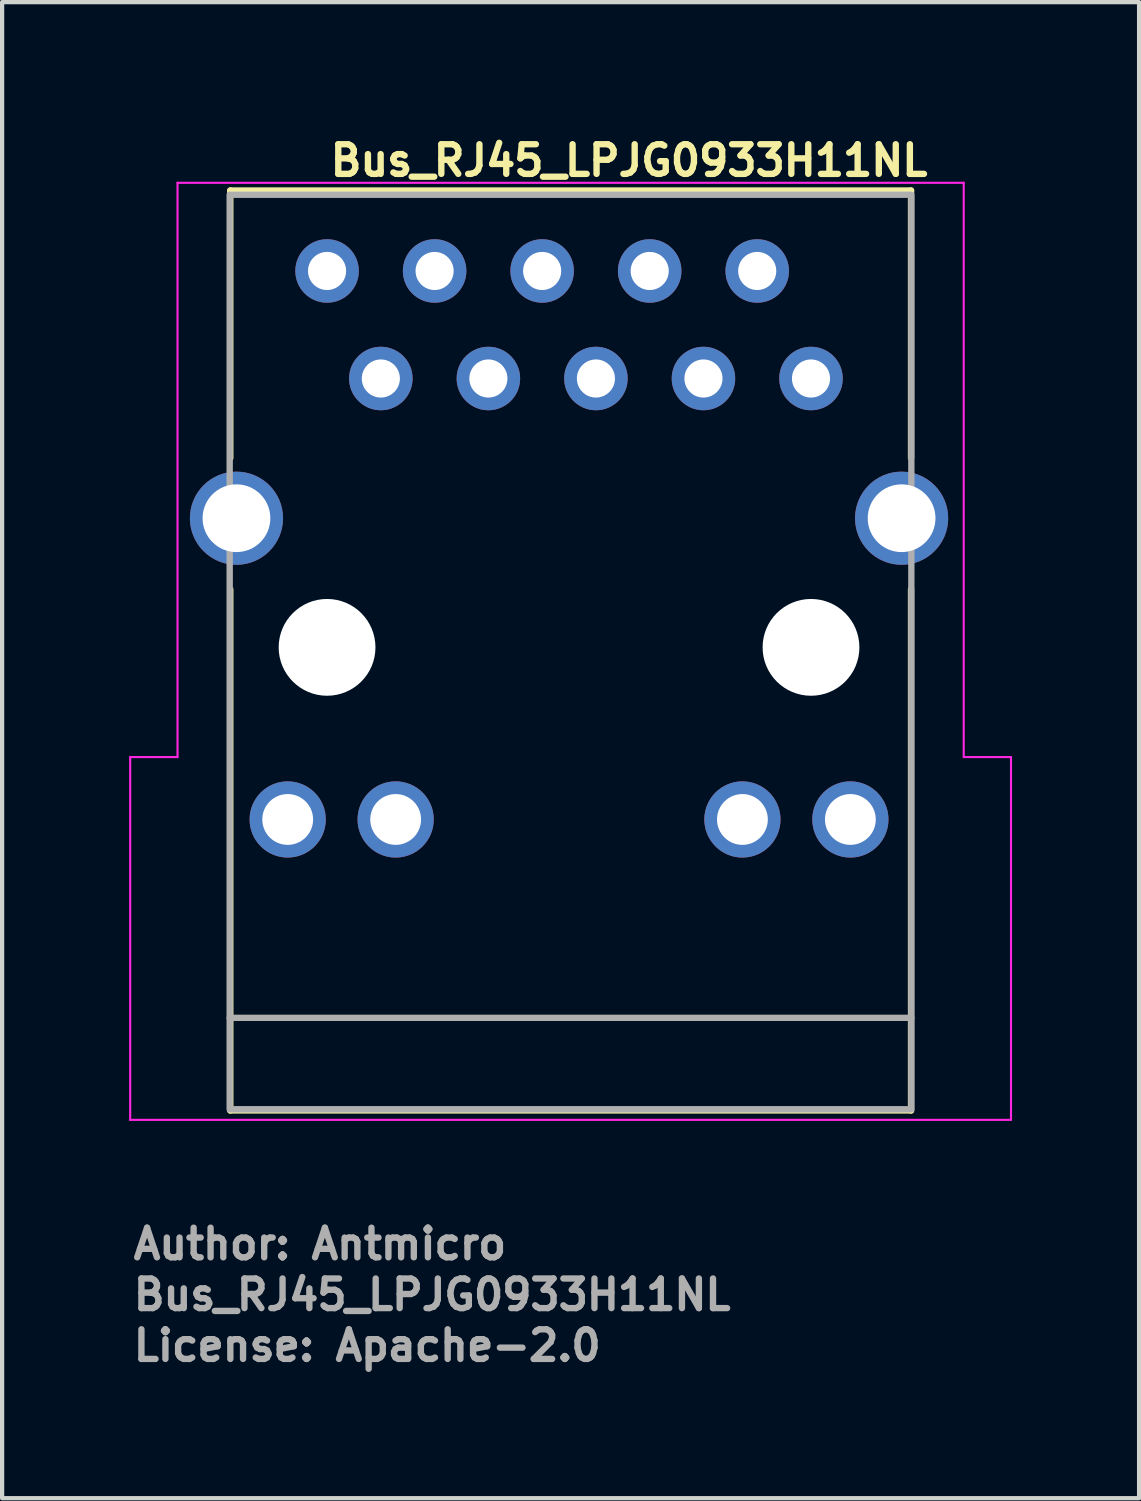
<source format=kicad_pcb>
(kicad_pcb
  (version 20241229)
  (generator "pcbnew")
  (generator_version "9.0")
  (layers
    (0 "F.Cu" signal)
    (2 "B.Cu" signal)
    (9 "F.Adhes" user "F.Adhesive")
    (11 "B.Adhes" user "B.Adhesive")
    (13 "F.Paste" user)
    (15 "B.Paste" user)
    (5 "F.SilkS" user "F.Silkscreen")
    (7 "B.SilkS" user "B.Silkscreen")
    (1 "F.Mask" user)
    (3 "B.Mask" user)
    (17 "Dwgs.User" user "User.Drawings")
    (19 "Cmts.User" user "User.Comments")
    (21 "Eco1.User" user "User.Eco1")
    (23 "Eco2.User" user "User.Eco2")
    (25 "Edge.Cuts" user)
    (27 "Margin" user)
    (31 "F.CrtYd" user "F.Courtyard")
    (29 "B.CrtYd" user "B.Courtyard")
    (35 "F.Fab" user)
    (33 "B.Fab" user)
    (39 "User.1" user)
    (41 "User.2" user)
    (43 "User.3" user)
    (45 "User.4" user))
  (footprint "Bus_RJ45_LPJG0933H11NL"
    (layer "F.Cu")
    (at 4.675 3.35)
    (property "Reference" "Bus_RJ45_LPJG0933H11NL" (at 0 -2.2 0) (unlocked yes) (layer "F.SilkS") (effects (font (size 0.7 0.7) (thickness 0.15)) (justify left bottom)))
    (attr through_hole)
    (fp_line (start -2.286 4.42) (end -2.286 -1.9) (stroke (width 0.15) (type solid)) (layer "F.SilkS"))
    (fp_line (start -2.286 19.828) (end -2.286 7.519) (stroke (width 0.15) (type solid)) (layer "F.SilkS"))
    (fp_line (start -2.286 19.828) (end 13.793 19.828) (stroke (width 0.15) (type solid)) (layer "F.SilkS"))
    (fp_line (start 13.793 -1.9) (end -2.286 -1.9) (stroke (width 0.15) (type solid)) (layer "F.SilkS"))
    (fp_line (start 13.793 4.42) (end 13.793 -1.9) (stroke (width 0.15) (type solid)) (layer "F.SilkS"))
    (fp_line (start 13.793 7.519) (end 13.793 19.828) (stroke (width 0.15) (type solid)) (layer "F.SilkS"))
    (fp_line (start -4.65 20.05) (end -4.65 11.481) (stroke (width 0.05) (type default)) (layer "F.CrtYd"))
    (fp_line (start -3.532 -2.083) (end 15.037 -2.083) (stroke (width 0.05) (type default)) (layer "F.CrtYd"))
    (fp_line (start -3.532 11.481) (end -4.65 11.481) (stroke (width 0.05) (type default)) (layer "F.CrtYd"))
    (fp_line (start -3.532 11.481) (end -3.532 -2.083) (stroke (width 0.05) (type default)) (layer "F.CrtYd"))
    (fp_line (start 15.037 11.481) (end 15.037 -2.083) (stroke (width 0.05) (type default)) (layer "F.CrtYd"))
    (fp_line (start 16.15 20.05) (end -4.65 20.05) (stroke (width 0.05) (type default)) (layer "F.CrtYd"))
    (fp_line (start 16.154 11.481) (end 15.037 11.481) (stroke (width 0.05) (type default)) (layer "F.CrtYd"))
    (fp_line (start 16.154 11.481) (end 16.154 20.05) (stroke (width 0.05) (type default)) (layer "F.CrtYd"))
    (fp_line (start -2.3 17.64) (end 13.8 17.64) (stroke (width 0.15) (type solid)) (layer "F.Fab"))
    (fp_rect (start -2.3 -1.8) (end 13.8 19.8) (stroke (width 0.15) (type solid)) (fill no) (layer "F.Fab"))
    (fp_line (start -4.25 11.823) (end -4.077 11.723) (stroke (width 0.02) (type solid)) (layer "User.9"))
    (fp_line (start -4.25 11.823) (end -4.077 11.723) (stroke (width 0.02) (type solid)) (layer "User.9"))
    (fp_line (start -4.208 11.897) (end -4.25 11.823) (stroke (width 0.02) (type solid)) (layer "User.9"))
    (fp_line (start -4.105 12.075) (end -4.208 11.897) (stroke (width 0.02) (type solid)) (layer "User.9"))
    (fp_line (start -4.105 12.075) (end -3.974 12.3) (stroke (width 0.02) (type solid)) (layer "User.9"))
    (fp_line (start -4.077 11.723) (end -4.25 11.823) (stroke (width 0.02) (type solid)) (layer "User.9"))
    (fp_line (start -4.077 11.723) (end -4.25 11.823) (stroke (width 0.02) (type solid)) (layer "User.9"))
    (fp_line (start -4.077 11.723) (end -4.034 11.797) (stroke (width 0.02) (type solid)) (layer "User.9"))
    (fp_line (start -4.034 11.797) (end -3.931 11.975) (stroke (width 0.02) (type solid)) (layer "User.9"))
    (fp_line (start -3.974 12.302) (end -3.974 12.3) (stroke (width 0.02) (type solid)) (layer "User.9"))
    (fp_line (start -3.974 12.302) (end -3.974 12.3) (stroke (width 0.02) (type solid)) (layer "User.9"))
    (fp_line (start -3.973 12.303) (end -3.974 12.302) (stroke (width 0.02) (type solid)) (layer "User.9"))
    (fp_line (start -3.973 12.303) (end -3.974 12.302) (stroke (width 0.02) (type solid)) (layer "User.9"))
    (fp_line (start -3.972 12.305) (end -3.973 12.303) (stroke (width 0.02) (type solid)) (layer "User.9"))
    (fp_line (start -3.972 12.305) (end -3.973 12.303) (stroke (width 0.02) (type solid)) (layer "User.9"))
    (fp_line (start -3.972 12.306) (end -3.972 12.305) (stroke (width 0.02) (type solid)) (layer "User.9"))
    (fp_line (start -3.972 12.306) (end -3.972 12.305) (stroke (width 0.02) (type solid)) (layer "User.9"))
    (fp_line (start -3.971 12.308) (end -3.972 12.306) (stroke (width 0.02) (type solid)) (layer "User.9"))
    (fp_line (start -3.971 12.308) (end -3.972 12.306) (stroke (width 0.02) (type solid)) (layer "User.9"))
    (fp_line (start -3.971 12.309) (end -3.971 12.308) (stroke (width 0.02) (type solid)) (layer "User.9"))
    (fp_line (start -3.971 12.309) (end -3.971 12.308) (stroke (width 0.02) (type solid)) (layer "User.9"))
    (fp_line (start -3.97 12.31) (end -3.971 12.309) (stroke (width 0.02) (type solid)) (layer "User.9"))
    (fp_line (start -3.97 12.31) (end -3.971 12.309) (stroke (width 0.02) (type solid)) (layer "User.9"))
    (fp_line (start -3.97 12.312) (end -3.97 12.31) (stroke (width 0.02) (type solid)) (layer "User.9"))
    (fp_line (start -3.97 12.312) (end -3.97 12.31) (stroke (width 0.02) (type solid)) (layer "User.9"))
    (fp_line (start -3.969 12.313) (end -3.97 12.312) (stroke (width 0.02) (type solid)) (layer "User.9"))
    (fp_line (start -3.969 12.313) (end -3.97 12.312) (stroke (width 0.02) (type solid)) (layer "User.9"))
    (fp_line (start -3.969 12.315) (end -3.969 12.313) (stroke (width 0.02) (type solid)) (layer "User.9"))
    (fp_line (start -3.969 12.315) (end -3.969 12.313) (stroke (width 0.02) (type solid)) (layer "User.9"))
    (fp_line (start -3.969 12.317) (end -3.969 12.315) (stroke (width 0.02) (type solid)) (layer "User.9"))
    (fp_line (start -3.969 12.317) (end -3.969 12.315) (stroke (width 0.02) (type solid)) (layer "User.9"))
    (fp_line (start -3.968 12.318) (end -3.969 12.317) (stroke (width 0.02) (type solid)) (layer "User.9"))
    (fp_line (start -3.968 12.318) (end -3.969 12.317) (stroke (width 0.02) (type solid)) (layer "User.9"))
    (fp_line (start -3.968 12.32) (end -3.968 12.318) (stroke (width 0.02) (type solid)) (layer "User.9"))
    (fp_line (start -3.968 12.32) (end -3.968 12.318) (stroke (width 0.02) (type solid)) (layer "User.9"))
    (fp_line (start -3.968 12.321) (end -3.968 12.32) (stroke (width 0.02) (type solid)) (layer "User.9"))
    (fp_line (start -3.968 12.321) (end -3.968 12.32) (stroke (width 0.02) (type solid)) (layer "User.9"))
    (fp_line (start -3.968 12.323) (end -3.968 12.321) (stroke (width 0.02) (type solid)) (layer "User.9"))
    (fp_line (start -3.968 12.323) (end -3.968 12.321) (stroke (width 0.02) (type solid)) (layer "User.9"))
    (fp_line (start -3.968 12.324) (end -3.968 12.323) (stroke (width 0.02) (type solid)) (layer "User.9"))
    (fp_line (start -3.968 12.324) (end -3.968 12.323) (stroke (width 0.02) (type solid)) (layer "User.9"))
    (fp_line (start -3.968 12.324) (end -3.968 15.622) (stroke (width 0.02) (type solid)) (layer "User.9"))
    (fp_line (start -3.968 12.324) (end -3.968 15.622) (stroke (width 0.02) (type solid)) (layer "User.9"))
    (fp_line (start -3.968 15.622) (end -3.967 15.731) (stroke (width 0.02) (type solid)) (layer "User.9"))
    (fp_line (start -3.967 15.731) (end -3.962 15.839) (stroke (width 0.02) (type solid)) (layer "User.9"))
    (fp_line (start -3.962 15.839) (end -3.956 15.946) (stroke (width 0.02) (type solid)) (layer "User.9"))
    (fp_line (start -3.956 15.946) (end -3.946 16.053) (stroke (width 0.02) (type solid)) (layer "User.9"))
    (fp_line (start -3.946 16.053) (end -3.934 16.158) (stroke (width 0.02) (type solid)) (layer "User.9"))
    (fp_line (start -3.934 16.158) (end -3.92 16.262) (stroke (width 0.02) (type solid)) (layer "User.9"))
    (fp_line (start -3.92 16.262) (end -3.903 16.365) (stroke (width 0.02) (type solid)) (layer "User.9"))
    (fp_line (start -3.903 16.365) (end -3.883 16.467) (stroke (width 0.02) (type solid)) (layer "User.9"))
    (fp_line (start -3.883 16.467) (end -3.862 16.568) (stroke (width 0.02) (type solid)) (layer "User.9"))
    (fp_line (start -3.862 16.568) (end -3.837 16.668) (stroke (width 0.02) (type solid)) (layer "User.9"))
    (fp_line (start -3.837 16.668) (end -3.811 16.767) (stroke (width 0.02) (type solid)) (layer "User.9"))
    (fp_line (start -3.811 16.767) (end -3.782 16.865) (stroke (width 0.02) (type solid)) (layer "User.9"))
    (fp_line (start -3.801 12.2) (end -3.931 11.975) (stroke (width 0.02) (type solid)) (layer "User.9"))
    (fp_line (start -3.797 12.208) (end -3.801 12.2) (stroke (width 0.02) (type solid)) (layer "User.9"))
    (fp_line (start -3.793 12.215) (end -3.797 12.208) (stroke (width 0.02) (type solid)) (layer "User.9"))
    (fp_line (start -3.79 12.222) (end -3.793 12.215) (stroke (width 0.02) (type solid)) (layer "User.9"))
    (fp_line (start -3.787 12.23) (end -3.79 12.222) (stroke (width 0.02) (type solid)) (layer "User.9"))
    (fp_line (start -3.784 12.237) (end -3.787 12.23) (stroke (width 0.02) (type solid)) (layer "User.9"))
    (fp_line (start -3.782 16.865) (end -3.751 16.962) (stroke (width 0.02) (type solid)) (layer "User.9"))
    (fp_line (start -3.781 12.245) (end -3.784 12.237) (stroke (width 0.02) (type solid)) (layer "User.9"))
    (fp_line (start -3.779 12.252) (end -3.781 12.245) (stroke (width 0.02) (type solid)) (layer "User.9"))
    (fp_line (start -3.776 12.26) (end -3.779 12.252) (stroke (width 0.02) (type solid)) (layer "User.9"))
    (fp_line (start -3.774 12.268) (end -3.776 12.26) (stroke (width 0.02) (type solid)) (layer "User.9"))
    (fp_line (start -3.773 12.276) (end -3.774 12.268) (stroke (width 0.02) (type solid)) (layer "User.9"))
    (fp_line (start -3.771 12.284) (end -3.773 12.276) (stroke (width 0.02) (type solid)) (layer "User.9"))
    (fp_line (start -3.77 12.292) (end -3.771 12.284) (stroke (width 0.02) (type solid)) (layer "User.9"))
    (fp_line (start -3.769 12.3) (end -3.77 12.292) (stroke (width 0.02) (type solid)) (layer "User.9"))
    (fp_line (start -3.769 12.308) (end -3.769 12.3) (stroke (width 0.02) (type solid)) (layer "User.9"))
    (fp_line (start -3.768 12.316) (end -3.769 12.308) (stroke (width 0.02) (type solid)) (layer "User.9"))
    (fp_line (start -3.768 12.324) (end -3.768 12.316) (stroke (width 0.02) (type solid)) (layer "User.9"))
    (fp_line (start -3.768 15.622) (end -3.768 12.324) (stroke (width 0.02) (type solid)) (layer "User.9"))
    (fp_line (start -3.768 15.622) (end -3.768 12.324) (stroke (width 0.02) (type solid)) (layer "User.9"))
    (fp_line (start -3.768 15.622) (end -3.767 15.726) (stroke (width 0.02) (type solid)) (layer "User.9"))
    (fp_line (start -3.768 15.622) (end -3.767 15.726) (stroke (width 0.02) (type solid)) (layer "User.9"))
    (fp_line (start -3.767 15.726) (end -3.763 15.829) (stroke (width 0.02) (type solid)) (layer "User.9"))
    (fp_line (start -3.767 15.726) (end -3.763 15.829) (stroke (width 0.02) (type solid)) (layer "User.9"))
    (fp_line (start -3.763 15.829) (end -3.756 15.931) (stroke (width 0.02) (type solid)) (layer "User.9"))
    (fp_line (start -3.763 15.829) (end -3.756 15.931) (stroke (width 0.02) (type solid)) (layer "User.9"))
    (fp_line (start -3.756 15.931) (end -3.747 16.032) (stroke (width 0.02) (type solid)) (layer "User.9"))
    (fp_line (start -3.756 15.931) (end -3.747 16.032) (stroke (width 0.02) (type solid)) (layer "User.9"))
    (fp_line (start -3.751 16.962) (end -3.718 17.058) (stroke (width 0.02) (type solid)) (layer "User.9"))
    (fp_line (start -3.747 16.032) (end -3.736 16.132) (stroke (width 0.02) (type solid)) (layer "User.9"))
    (fp_line (start -3.747 16.032) (end -3.736 16.132) (stroke (width 0.02) (type solid)) (layer "User.9"))
    (fp_line (start -3.736 16.132) (end -3.722 16.231) (stroke (width 0.02) (type solid)) (layer "User.9"))
    (fp_line (start -3.736 16.132) (end -3.722 16.231) (stroke (width 0.02) (type solid)) (layer "User.9"))
    (fp_line (start -3.722 16.231) (end -3.706 16.33) (stroke (width 0.02) (type solid)) (layer "User.9"))
    (fp_line (start -3.722 16.231) (end -3.706 16.33) (stroke (width 0.02) (type solid)) (layer "User.9"))
    (fp_line (start -3.718 17.058) (end -3.682 17.153) (stroke (width 0.02) (type solid)) (layer "User.9"))
    (fp_line (start -3.706 16.33) (end -3.687 16.427) (stroke (width 0.02) (type solid)) (layer "User.9"))
    (fp_line (start -3.706 16.33) (end -3.687 16.427) (stroke (width 0.02) (type solid)) (layer "User.9"))
    (fp_line (start -3.687 16.427) (end -3.667 16.523) (stroke (width 0.02) (type solid)) (layer "User.9"))
    (fp_line (start -3.687 16.427) (end -3.667 16.523) (stroke (width 0.02) (type solid)) (layer "User.9"))
    (fp_line (start -3.682 17.153) (end -3.645 17.248) (stroke (width 0.02) (type solid)) (layer "User.9"))
    (fp_line (start -3.667 16.523) (end -3.644 16.618) (stroke (width 0.02) (type solid)) (layer "User.9"))
    (fp_line (start -3.667 16.523) (end -3.644 16.618) (stroke (width 0.02) (type solid)) (layer "User.9"))
    (fp_line (start -3.645 17.248) (end -3.604 17.341) (stroke (width 0.02) (type solid)) (layer "User.9"))
    (fp_line (start -3.644 16.618) (end -3.618 16.713) (stroke (width 0.02) (type solid)) (layer "User.9"))
    (fp_line (start -3.644 16.618) (end -3.618 16.713) (stroke (width 0.02) (type solid)) (layer "User.9"))
    (fp_line (start -3.618 16.713) (end -3.591 16.806) (stroke (width 0.02) (type solid)) (layer "User.9"))
    (fp_line (start -3.618 16.713) (end -3.591 16.806) (stroke (width 0.02) (type solid)) (layer "User.9"))
    (fp_line (start -3.604 17.341) (end -3.562 17.434) (stroke (width 0.02) (type solid)) (layer "User.9"))
    (fp_line (start -3.591 16.806) (end -3.561 16.899) (stroke (width 0.02) (type solid)) (layer "User.9"))
    (fp_line (start -3.591 16.806) (end -3.561 16.899) (stroke (width 0.02) (type solid)) (layer "User.9"))
    (fp_line (start -3.562 17.434) (end -3.518 17.525) (stroke (width 0.02) (type solid)) (layer "User.9"))
    (fp_line (start -3.561 16.899) (end -3.53 16.99) (stroke (width 0.02) (type solid)) (layer "User.9"))
    (fp_line (start -3.561 16.899) (end -3.53 16.99) (stroke (width 0.02) (type solid)) (layer "User.9"))
    (fp_line (start -3.53 16.99) (end -3.496 17.081) (stroke (width 0.02) (type solid)) (layer "User.9"))
    (fp_line (start -3.53 16.99) (end -3.496 17.081) (stroke (width 0.02) (type solid)) (layer "User.9"))
    (fp_line (start -3.518 17.525) (end -3.471 17.616) (stroke (width 0.02) (type solid)) (layer "User.9"))
    (fp_line (start -3.496 17.081) (end -3.46 17.171) (stroke (width 0.02) (type solid)) (layer "User.9"))
    (fp_line (start -3.496 17.081) (end -3.46 17.171) (stroke (width 0.02) (type solid)) (layer "User.9"))
    (fp_line (start -3.471 17.616) (end -3.422 17.706) (stroke (width 0.02) (type solid)) (layer "User.9"))
    (fp_line (start -3.46 17.171) (end -3.422 17.26) (stroke (width 0.02) (type solid)) (layer "User.9"))
    (fp_line (start -3.46 17.171) (end -3.422 17.26) (stroke (width 0.02) (type solid)) (layer "User.9"))
    (fp_line (start -3.422 17.26) (end -3.381 17.348) (stroke (width 0.02) (type solid)) (layer "User.9"))
    (fp_line (start -3.422 17.26) (end -3.381 17.348) (stroke (width 0.02) (type solid)) (layer "User.9"))
    (fp_line (start -3.422 17.706) (end -3.371 17.795) (stroke (width 0.02) (type solid)) (layer "User.9"))
    (fp_line (start -3.381 17.348) (end -3.339 17.436) (stroke (width 0.02) (type solid)) (layer "User.9"))
    (fp_line (start -3.381 17.348) (end -3.339 17.436) (stroke (width 0.02) (type solid)) (layer "User.9"))
    (fp_line (start -3.371 17.795) (end -3.317 17.882) (stroke (width 0.02) (type solid)) (layer "User.9"))
    (fp_line (start -3.339 17.436) (end -3.294 17.522) (stroke (width 0.02) (type solid)) (layer "User.9"))
    (fp_line (start -3.339 17.436) (end -3.294 17.522) (stroke (width 0.02) (type solid)) (layer "User.9"))
    (fp_line (start -3.317 17.882) (end -3.261 17.969) (stroke (width 0.02) (type solid)) (layer "User.9"))
    (fp_line (start -3.294 17.522) (end -3.248 17.608) (stroke (width 0.02) (type solid)) (layer "User.9"))
    (fp_line (start -3.294 17.522) (end -3.248 17.608) (stroke (width 0.02) (type solid)) (layer "User.9"))
    (fp_line (start -3.261 17.969) (end -3.203 18.055) (stroke (width 0.02) (type solid)) (layer "User.9"))
    (fp_line (start -3.248 17.608) (end -3.199 17.692) (stroke (width 0.02) (type solid)) (layer "User.9"))
    (fp_line (start -3.248 17.608) (end -3.199 17.692) (stroke (width 0.02) (type solid)) (layer "User.9"))
    (fp_line (start -3.203 18.055) (end -3.142 18.14) (stroke (width 0.02) (type solid)) (layer "User.9"))
    (fp_line (start -3.199 17.692) (end -3.148 17.776) (stroke (width 0.02) (type solid)) (layer "User.9"))
    (fp_line (start -3.199 17.692) (end -3.148 17.776) (stroke (width 0.02) (type solid)) (layer "User.9"))
    (fp_line (start -3.148 17.776) (end -3.094 17.859) (stroke (width 0.02) (type solid)) (layer "User.9"))
    (fp_line (start -3.148 17.776) (end -3.094 17.859) (stroke (width 0.02) (type solid)) (layer "User.9"))
    (fp_line (start -3.142 18.14) (end -3.078 18.224) (stroke (width 0.02) (type solid)) (layer "User.9"))
    (fp_line (start -3.094 17.859) (end -3.039 17.941) (stroke (width 0.02) (type solid)) (layer "User.9"))
    (fp_line (start -3.094 17.859) (end -3.039 17.941) (stroke (width 0.02) (type solid)) (layer "User.9"))
    (fp_line (start -3.078 18.224) (end -3.013 18.306) (stroke (width 0.02) (type solid)) (layer "User.9"))
    (fp_line (start -3.039 17.941) (end -2.981 18.021) (stroke (width 0.02) (type solid)) (layer "User.9"))
    (fp_line (start -3.039 17.941) (end -2.981 18.021) (stroke (width 0.02) (type solid)) (layer "User.9"))
    (fp_line (start -3.013 18.306) (end -2.944 18.388) (stroke (width 0.02) (type solid)) (layer "User.9"))
    (fp_line (start -2.981 18.021) (end -2.92 18.101) (stroke (width 0.02) (type solid)) (layer "User.9"))
    (fp_line (start -2.981 18.021) (end -2.92 18.101) (stroke (width 0.02) (type solid)) (layer "User.9"))
    (fp_line (start -2.944 18.388) (end -2.873 18.469) (stroke (width 0.02) (type solid)) (layer "User.9"))
    (fp_line (start -2.92 18.101) (end -2.858 18.18) (stroke (width 0.02) (type solid)) (layer "User.9"))
    (fp_line (start -2.92 18.101) (end -2.858 18.18) (stroke (width 0.02) (type solid)) (layer "User.9"))
    (fp_line (start -2.873 18.469) (end -2.8 18.548) (stroke (width 0.02) (type solid)) (layer "User.9"))
    (fp_line (start -2.858 18.18) (end -2.792 18.258) (stroke (width 0.02) (type solid)) (layer "User.9"))
    (fp_line (start -2.858 18.18) (end -2.792 18.258) (stroke (width 0.02) (type solid)) (layer "User.9"))
    (fp_line (start -2.8 18.548) (end -2.723 18.627) (stroke (width 0.02) (type solid)) (layer "User.9"))
    (fp_line (start -2.792 18.258) (end -2.725 18.335) (stroke (width 0.02) (type solid)) (layer "User.9"))
    (fp_line (start -2.792 18.258) (end -2.725 18.335) (stroke (width 0.02) (type solid)) (layer "User.9"))
    (fp_line (start -2.725 18.335) (end -2.655 18.411) (stroke (width 0.02) (type solid)) (layer "User.9"))
    (fp_line (start -2.725 18.335) (end -2.655 18.411) (stroke (width 0.02) (type solid)) (layer "User.9"))
    (fp_line (start -2.723 18.627) (end -2.209 19.141) (stroke (width 0.02) (type solid)) (layer "User.9"))
    (fp_line (start -2.655 18.411) (end -2.582 18.485) (stroke (width 0.02) (type solid)) (layer "User.9"))
    (fp_line (start -2.655 18.411) (end -2.582 18.485) (stroke (width 0.02) (type solid)) (layer "User.9"))
    (fp_line (start -2.331 0.315) (end -2.2 0.377) (stroke (width 0.02) (type solid)) (layer "User.9"))
    (fp_line (start -2.31 5.693) (end -2.308 5.676) (stroke (width 0.02) (type solid)) (layer "User.9"))
    (fp_line (start -2.31 5.71) (end -2.31 5.693) (stroke (width 0.02) (type solid)) (layer "User.9"))
    (fp_line (start -2.31 5.724) (end -2.31 5.71) (stroke (width 0.02) (type solid)) (layer "User.9"))
    (fp_line (start -2.31 5.763) (end -2.31 5.724) (stroke (width 0.02) (type solid)) (layer "User.9"))
    (fp_line (start -2.31 5.85) (end -2.31 5.763) (stroke (width 0.02) (type solid)) (layer "User.9"))
    (fp_line (start -2.31 5.96) (end -2.31 5.85) (stroke (width 0.02) (type solid)) (layer "User.9"))
    (fp_line (start -2.31 5.987) (end -2.31 5.96) (stroke (width 0.02) (type solid)) (layer "User.9"))
    (fp_line (start -2.31 5.99) (end -2.31 5.987) (stroke (width 0.02) (type solid)) (layer "User.9"))
    (fp_line (start -2.31 5.99) (end -2.31 6.007) (stroke (width 0.02) (type solid)) (layer "User.9"))
    (fp_line (start -2.31 6.007) (end -2.308 6.024) (stroke (width 0.02) (type solid)) (layer "User.9"))
    (fp_line (start -2.308 5.676) (end -2.306 5.659) (stroke (width 0.02) (type solid)) (layer "User.9"))
    (fp_line (start -2.308 6.024) (end -2.306 6.041) (stroke (width 0.02) (type solid)) (layer "User.9"))
    (fp_line (start -2.306 5.659) (end -2.303 5.643) (stroke (width 0.02) (type solid)) (layer "User.9"))
    (fp_line (start -2.306 6.041) (end -2.303 6.057) (stroke (width 0.02) (type solid)) (layer "User.9"))
    (fp_line (start -2.303 5.643) (end -2.299 5.626) (stroke (width 0.02) (type solid)) (layer "User.9"))
    (fp_line (start -2.303 6.057) (end -2.299 6.074) (stroke (width 0.02) (type solid)) (layer "User.9"))
    (fp_line (start -2.299 5.626) (end -2.294 5.61) (stroke (width 0.02) (type solid)) (layer "User.9"))
    (fp_line (start -2.299 6.074) (end -2.294 6.09) (stroke (width 0.02) (type solid)) (layer "User.9"))
    (fp_line (start -2.294 5.61) (end -2.288 5.595) (stroke (width 0.02) (type solid)) (layer "User.9"))
    (fp_line (start -2.294 6.09) (end -2.288 6.105) (stroke (width 0.02) (type solid)) (layer "User.9"))
    (fp_line (start -2.288 5.595) (end -2.281 5.579) (stroke (width 0.02) (type solid)) (layer "User.9"))
    (fp_line (start -2.288 6.105) (end -2.281 6.121) (stroke (width 0.02) (type solid)) (layer "User.9"))
    (fp_line (start -2.281 5.579) (end -2.274 5.564) (stroke (width 0.02) (type solid)) (layer "User.9"))
    (fp_line (start -2.281 6.121) (end -2.274 6.136) (stroke (width 0.02) (type solid)) (layer "User.9"))
    (fp_line (start -2.274 5.564) (end -2.265 5.55) (stroke (width 0.02) (type solid)) (layer "User.9"))
    (fp_line (start -2.274 6.136) (end -2.265 6.15) (stroke (width 0.02) (type solid)) (layer "User.9"))
    (fp_line (start -2.265 5.55) (end -2.256 5.536) (stroke (width 0.02) (type solid)) (layer "User.9"))
    (fp_line (start -2.265 6.15) (end -2.256 6.164) (stroke (width 0.02) (type solid)) (layer "User.9"))
    (fp_line (start -2.256 5.536) (end -2.247 5.522) (stroke (width 0.02) (type solid)) (layer "User.9"))
    (fp_line (start -2.256 6.164) (end -2.247 6.178) (stroke (width 0.02) (type solid)) (layer "User.9"))
    (fp_line (start -2.247 5.522) (end -2.236 5.509) (stroke (width 0.02) (type solid)) (layer "User.9"))
    (fp_line (start -2.247 6.178) (end -2.236 6.191) (stroke (width 0.02) (type solid)) (layer "User.9"))
    (fp_line (start -2.236 5.509) (end -2.225 5.496) (stroke (width 0.02) (type solid)) (layer "User.9"))
    (fp_line (start -2.236 6.191) (end -2.225 6.204) (stroke (width 0.02) (type solid)) (layer "User.9"))
    (fp_line (start -2.225 5.496) (end -2.213 5.484) (stroke (width 0.02) (type solid)) (layer "User.9"))
    (fp_line (start -2.225 6.204) (end -2.213 6.216) (stroke (width 0.02) (type solid)) (layer "User.9"))
    (fp_line (start -2.213 5.484) (end -2.2 5.473) (stroke (width 0.02) (type solid)) (layer "User.9"))
    (fp_line (start -2.213 6.216) (end -2.2 6.227) (stroke (width 0.02) (type solid)) (layer "User.9"))
    (fp_line (start -2.208 19.142) (end -2.209 19.141) (stroke (width 0.02) (type solid)) (layer "User.9"))
    (fp_line (start -2.208 19.142) (end -2.209 19.141) (stroke (width 0.02) (type solid)) (layer "User.9"))
    (fp_line (start -2.207 19.143) (end -2.208 19.142) (stroke (width 0.02) (type solid)) (layer "User.9"))
    (fp_line (start -2.207 19.143) (end -2.208 19.142) (stroke (width 0.02) (type solid)) (layer "User.9"))
    (fp_line (start -2.206 19.144) (end -2.207 19.143) (stroke (width 0.02) (type solid)) (layer "User.9"))
    (fp_line (start -2.206 19.144) (end -2.207 19.143) (stroke (width 0.02) (type solid)) (layer "User.9"))
    (fp_line (start -2.205 19.146) (end -2.206 19.144) (stroke (width 0.02) (type solid)) (layer "User.9"))
    (fp_line (start -2.205 19.146) (end -2.206 19.144) (stroke (width 0.02) (type solid)) (layer "User.9"))
    (fp_line (start -2.204 19.147) (end -2.205 19.146) (stroke (width 0.02) (type solid)) (layer "User.9"))
    (fp_line (start -2.204 19.147) (end -2.205 19.146) (stroke (width 0.02) (type solid)) (layer "User.9"))
    (fp_line (start -2.204 19.148) (end -2.204 19.147) (stroke (width 0.02) (type solid)) (layer "User.9"))
    (fp_line (start -2.204 19.148) (end -2.204 19.147) (stroke (width 0.02) (type solid)) (layer "User.9"))
    (fp_line (start -2.203 19.15) (end -2.204 19.148) (stroke (width 0.02) (type solid)) (layer "User.9"))
    (fp_line (start -2.203 19.15) (end -2.204 19.148) (stroke (width 0.02) (type solid)) (layer "User.9"))
    (fp_line (start -2.202 19.151) (end -2.203 19.15) (stroke (width 0.02) (type solid)) (layer "User.9"))
    (fp_line (start -2.202 19.151) (end -2.203 19.15) (stroke (width 0.02) (type solid)) (layer "User.9"))
    (fp_line (start -2.202 19.152) (end -2.202 19.151) (stroke (width 0.02) (type solid)) (layer "User.9"))
    (fp_line (start -2.202 19.152) (end -2.202 19.151) (stroke (width 0.02) (type solid)) (layer "User.9"))
    (fp_line (start -2.201 19.154) (end -2.202 19.152) (stroke (width 0.02) (type solid)) (layer "User.9"))
    (fp_line (start -2.201 19.154) (end -2.202 19.152) (stroke (width 0.02) (type solid)) (layer "User.9"))
    (fp_line (start -2.201 19.155) (end -2.201 19.154) (stroke (width 0.02) (type solid)) (layer "User.9"))
    (fp_line (start -2.201 19.155) (end -2.201 19.154) (stroke (width 0.02) (type solid)) (layer "User.9"))
    (fp_line (start -2.201 19.157) (end -2.201 19.155) (stroke (width 0.02) (type solid)) (layer "User.9"))
    (fp_line (start -2.201 19.157) (end -2.201 19.155) (stroke (width 0.02) (type solid)) (layer "User.9"))
    (fp_line (start -2.2 0.035) (end -2.331 0.315) (stroke (width 0.02) (type solid)) (layer "User.9"))
    (fp_line (start -2.2 18.867) (end -2.582 18.485) (stroke (width 0.02) (type solid)) (layer "User.9"))
    (fp_line (start -2.2 19.158) (end -2.201 19.157) (stroke (width 0.02) (type solid)) (layer "User.9"))
    (fp_line (start -2.2 19.158) (end -2.201 19.157) (stroke (width 0.02) (type solid)) (layer "User.9"))
    (fp_line (start -2.2 19.16) (end -2.2 19.158) (stroke (width 0.02) (type solid)) (layer "User.9"))
    (fp_line (start -2.2 19.16) (end -2.2 19.158) (stroke (width 0.02) (type solid)) (layer "User.9"))
    (fp_line (start -2.2 19.162) (end -2.2 19.16) (stroke (width 0.02) (type solid)) (layer "User.9"))
    (fp_line (start -2.2 19.162) (end -2.2 19.16) (stroke (width 0.02) (type solid)) (layer "User.9"))
    (fp_line (start -2.2 19.163) (end -2.2 19.162) (stroke (width 0.02) (type solid)) (layer "User.9"))
    (fp_line (start -2.2 19.163) (end -2.2 19.162) (stroke (width 0.02) (type solid)) (layer "User.9"))
    (fp_line (start -2.2 19.25) (end -2.2 -1.3) (stroke (width 0.02) (type solid)) (layer "User.9"))
    (fp_line (start -2.2 19.25) (end -2.199 19.271) (stroke (width 0.02) (type solid)) (layer "User.9"))
    (fp_line (start -2.199 -1.321) (end -2.2 -1.3) (stroke (width 0.02) (type solid)) (layer "User.9"))
    (fp_line (start -2.199 19.271) (end -2.198 19.291) (stroke (width 0.02) (type solid)) (layer "User.9"))
    (fp_line (start -2.198 -1.341) (end -2.199 -1.321) (stroke (width 0.02) (type solid)) (layer "User.9"))
    (fp_line (start -2.198 19.291) (end -2.195 19.311) (stroke (width 0.02) (type solid)) (layer "User.9"))
    (fp_line (start -2.195 -1.361) (end -2.198 -1.341) (stroke (width 0.02) (type solid)) (layer "User.9"))
    (fp_line (start -2.195 19.311) (end -2.192 19.331) (stroke (width 0.02) (type solid)) (layer "User.9"))
    (fp_line (start -2.192 -1.381) (end -2.195 -1.361) (stroke (width 0.02) (type solid)) (layer "User.9"))
    (fp_line (start -2.192 19.331) (end -2.187 19.35) (stroke (width 0.02) (type solid)) (layer "User.9"))
    (fp_line (start -2.187 -1.4) (end -2.192 -1.381) (stroke (width 0.02) (type solid)) (layer "User.9"))
    (fp_line (start -2.187 19.35) (end -2.182 19.369) (stroke (width 0.02) (type solid)) (layer "User.9"))
    (fp_line (start -2.182 -1.419) (end -2.187 -1.4) (stroke (width 0.02) (type solid)) (layer "User.9"))
    (fp_line (start -2.182 19.369) (end -2.176 19.388) (stroke (width 0.02) (type solid)) (layer "User.9"))
    (fp_line (start -2.176 -1.438) (end -2.182 -1.419) (stroke (width 0.02) (type solid)) (layer "User.9"))
    (fp_line (start -2.176 19.388) (end -2.169 19.406) (stroke (width 0.02) (type solid)) (layer "User.9"))
    (fp_line (start -2.169 -1.456) (end -2.176 -1.438) (stroke (width 0.02) (type solid)) (layer "User.9"))
    (fp_line (start -2.169 19.406) (end -2.161 19.423) (stroke (width 0.02) (type solid)) (layer "User.9"))
    (fp_line (start -2.161 -1.473) (end -2.169 -1.456) (stroke (width 0.02) (type solid)) (layer "User.9"))
    (fp_line (start -2.161 19.423) (end -2.152 19.441) (stroke (width 0.02) (type solid)) (layer "User.9"))
    (fp_line (start -2.152 -1.491) (end -2.161 -1.473) (stroke (width 0.02) (type solid)) (layer "User.9"))
    (fp_line (start -2.152 19.441) (end -2.142 19.457) (stroke (width 0.02) (type solid)) (layer "User.9"))
    (fp_line (start -2.142 -1.507) (end -2.152 -1.491) (stroke (width 0.02) (type solid)) (layer "User.9"))
    (fp_line (start -2.142 19.457) (end -2.132 19.474) (stroke (width 0.02) (type solid)) (layer "User.9"))
    (fp_line (start -2.132 -1.524) (end -2.142 -1.507) (stroke (width 0.02) (type solid)) (layer "User.9"))
    (fp_line (start -2.132 19.474) (end -2.121 19.489) (stroke (width 0.02) (type solid)) (layer "User.9"))
    (fp_line (start -2.121 -1.539) (end -2.132 -1.524) (stroke (width 0.02) (type solid)) (layer "User.9"))
    (fp_line (start -2.121 19.489) (end -2.109 19.504) (stroke (width 0.02) (type solid)) (layer "User.9"))
    (fp_line (start -2.109 -1.554) (end -2.121 -1.539) (stroke (width 0.02) (type solid)) (layer "User.9"))
    (fp_line (start -2.109 19.504) (end -2.096 19.519) (stroke (width 0.02) (type solid)) (layer "User.9"))
    (fp_line (start -2.096 -1.569) (end -2.109 -1.554) (stroke (width 0.02) (type solid)) (layer "User.9"))
    (fp_line (start -2.096 19.519) (end -2.083 19.533) (stroke (width 0.02) (type solid)) (layer "User.9"))
    (fp_line (start -2.083 -1.583) (end -2.096 -1.569) (stroke (width 0.02) (type solid)) (layer "User.9"))
    (fp_line (start -2.083 19.533) (end -2.069 19.546) (stroke (width 0.02) (type solid)) (layer "User.9"))
    (fp_line (start -2.069 -1.596) (end -2.083 -1.583) (stroke (width 0.02) (type solid)) (layer "User.9"))
    (fp_line (start -2.069 19.546) (end -2.054 19.559) (stroke (width 0.02) (type solid)) (layer "User.9"))
    (fp_line (start -2.054 -1.609) (end -2.069 -1.596) (stroke (width 0.02) (type solid)) (layer "User.9"))
    (fp_line (start -2.054 19.559) (end -2.039 19.571) (stroke (width 0.02) (type solid)) (layer "User.9"))
    (fp_line (start -2.039 -1.621) (end -2.054 -1.609) (stroke (width 0.02) (type solid)) (layer "User.9"))
    (fp_line (start -2.039 19.571) (end -2.024 19.582) (stroke (width 0.02) (type solid)) (layer "User.9"))
    (fp_line (start -2.024 -1.632) (end -2.039 -1.621) (stroke (width 0.02) (type solid)) (layer "User.9"))
    (fp_line (start -2.024 19.582) (end -2.007 19.592) (stroke (width 0.02) (type solid)) (layer "User.9"))
    (fp_line (start -2.007 -1.642) (end -2.024 -1.632) (stroke (width 0.02) (type solid)) (layer "User.9"))
    (fp_line (start -2.007 19.592) (end -1.991 19.602) (stroke (width 0.02) (type solid)) (layer "User.9"))
    (fp_line (start -1.991 -1.652) (end -2.007 -1.642) (stroke (width 0.02) (type solid)) (layer "User.9"))
    (fp_line (start -1.991 19.602) (end -1.973 19.611) (stroke (width 0.02) (type solid)) (layer "User.9"))
    (fp_line (start -1.973 -1.661) (end -1.991 -1.652) (stroke (width 0.02) (type solid)) (layer "User.9"))
    (fp_line (start -1.973 19.611) (end -1.956 19.619) (stroke (width 0.02) (type solid)) (layer "User.9"))
    (fp_line (start -1.956 -1.669) (end -1.973 -1.661) (stroke (width 0.02) (type solid)) (layer "User.9"))
    (fp_line (start -1.956 19.619) (end -1.938 19.626) (stroke (width 0.02) (type solid)) (layer "User.9"))
    (fp_line (start -1.938 -1.676) (end -1.956 -1.669) (stroke (width 0.02) (type solid)) (layer "User.9"))
    (fp_line (start -1.938 19.626) (end -1.919 19.632) (stroke (width 0.02) (type solid)) (layer "User.9"))
    (fp_line (start -1.919 -1.682) (end -1.938 -1.676) (stroke (width 0.02) (type solid)) (layer "User.9"))
    (fp_line (start -1.919 19.632) (end -1.9 19.637) (stroke (width 0.02) (type solid)) (layer "User.9"))
    (fp_line (start -1.9 -1.687) (end -1.919 -1.682) (stroke (width 0.02) (type solid)) (layer "User.9"))
    (fp_line (start -1.9 19.637) (end -1.881 19.642) (stroke (width 0.02) (type solid)) (layer "User.9"))
    (fp_line (start -1.881 -1.692) (end -1.9 -1.687) (stroke (width 0.02) (type solid)) (layer "User.9"))
    (fp_line (start -1.881 19.642) (end -1.861 19.645) (stroke (width 0.02) (type solid)) (layer "User.9"))
    (fp_line (start -1.861 -1.695) (end -1.881 -1.692) (stroke (width 0.02) (type solid)) (layer "User.9"))
    (fp_line (start -1.861 19.645) (end -1.841 19.648) (stroke (width 0.02) (type solid)) (layer "User.9"))
    (fp_line (start -1.841 -1.698) (end -1.861 -1.695) (stroke (width 0.02) (type solid)) (layer "User.9"))
    (fp_line (start -1.821 -1.699) (end -1.841 -1.698) (stroke (width 0.02) (type solid)) (layer "User.9"))
    (fp_line (start -1.8 -1.7) (end -1.821 -1.699) (stroke (width 0.02) (type solid)) (layer "User.9"))
    (fp_line (start 2.085 19.163) (end 2.086 19.141) (stroke (width 0.02) (type solid)) (layer "User.9"))
    (fp_line (start 2.085 19.163) (end 2.086 19.141) (stroke (width 0.02) (type solid)) (layer "User.9"))
    (fp_line (start 2.104 18.627) (end 2.086 19.141) (stroke (width 0.02) (type solid)) (layer "User.9"))
    (fp_line (start 2.208 15.622) (end 2.104 18.627) (stroke (width 0.02) (type solid)) (layer "User.9"))
    (fp_line (start 2.324 12.324) (end 2.208 15.622) (stroke (width 0.02) (type solid)) (layer "User.9"))
    (fp_line (start 2.324 12.324) (end 2.324 12.3) (stroke (width 0.02) (type solid)) (layer "User.9"))
    (fp_line (start 2.332 12.075) (end 2.324 12.3) (stroke (width 0.02) (type solid)) (layer "User.9"))
    (fp_line (start 2.333 12.06) (end 2.333 12.067) (stroke (width 0.02) (type solid)) (layer "User.9"))
    (fp_line (start 2.333 12.067) (end 2.332 12.075) (stroke (width 0.02) (type solid)) (layer "User.9"))
    (fp_line (start 2.334 12.053) (end 2.333 12.06) (stroke (width 0.02) (type solid)) (layer "User.9"))
    (fp_line (start 2.335 12.045) (end 2.334 12.053) (stroke (width 0.02) (type solid)) (layer "User.9"))
    (fp_line (start 2.336 11.975) (end 2.332 12.075) (stroke (width 0.02) (type solid)) (layer "User.9"))
    (fp_line (start 2.336 11.975) (end 2.337 11.96) (stroke (width 0.02) (type solid)) (layer "User.9"))
    (fp_line (start 2.337 11.96) (end 2.339 11.945) (stroke (width 0.02) (type solid)) (layer "User.9"))
    (fp_line (start 2.337 12.038) (end 2.335 12.045) (stroke (width 0.02) (type solid)) (layer "User.9"))
    (fp_line (start 2.338 12.032) (end 2.337 12.038) (stroke (width 0.02) (type solid)) (layer "User.9"))
    (fp_line (start 2.339 11.945) (end 2.342 11.932) (stroke (width 0.02) (type solid)) (layer "User.9"))
    (fp_line (start 2.34 12.025) (end 2.338 12.032) (stroke (width 0.02) (type solid)) (layer "User.9"))
    (fp_line (start 2.341 12.018) (end 2.34 12.025) (stroke (width 0.02) (type solid)) (layer "User.9"))
    (fp_line (start 2.342 11.932) (end 2.345 11.918) (stroke (width 0.02) (type solid)) (layer "User.9"))
    (fp_line (start 2.343 12.012) (end 2.341 12.018) (stroke (width 0.02) (type solid)) (layer "User.9"))
    (fp_line (start 2.345 11.918) (end 2.349 11.906) (stroke (width 0.02) (type solid)) (layer "User.9"))
    (fp_line (start 2.345 12.006) (end 2.343 12.012) (stroke (width 0.02) (type solid)) (layer "User.9"))
    (fp_line (start 2.349 11.906) (end 2.354 11.894) (stroke (width 0.02) (type solid)) (layer "User.9"))
    (fp_line (start 2.35 11.994) (end 2.345 12.006) (stroke (width 0.02) (type solid)) (layer "User.9"))
    (fp_line (start 2.354 11.894) (end 2.359 11.882) (stroke (width 0.02) (type solid)) (layer "User.9"))
    (fp_line (start 2.355 11.982) (end 2.35 11.994) (stroke (width 0.02) (type solid)) (layer "User.9"))
    (fp_line (start 2.359 11.882) (end 2.365 11.871) (stroke (width 0.02) (type solid)) (layer "User.9"))
    (fp_line (start 2.361 11.971) (end 2.355 11.982) (stroke (width 0.02) (type solid)) (layer "User.9"))
    (fp_line (start 2.365 11.871) (end 2.371 11.86) (stroke (width 0.02) (type solid)) (layer "User.9"))
    (fp_line (start 2.367 11.96) (end 2.361 11.971) (stroke (width 0.02) (type solid)) (layer "User.9"))
    (fp_line (start 2.371 11.86) (end 2.378 11.85) (stroke (width 0.02) (type solid)) (layer "User.9"))
    (fp_line (start 2.374 11.95) (end 2.367 11.96) (stroke (width 0.02) (type solid)) (layer "User.9"))
    (fp_line (start 2.378 11.85) (end 2.385 11.84) (stroke (width 0.02) (type solid)) (layer "User.9"))
    (fp_line (start 2.381 11.94) (end 2.374 11.95) (stroke (width 0.02) (type solid)) (layer "User.9"))
    (fp_line (start 2.385 11.84) (end 2.393 11.831) (stroke (width 0.02) (type solid)) (layer "User.9"))
    (fp_line (start 2.389 11.931) (end 2.381 11.94) (stroke (width 0.02) (type solid)) (layer "User.9"))
    (fp_line (start 2.393 11.831) (end 2.401 11.822) (stroke (width 0.02) (type solid)) (layer "User.9"))
    (fp_line (start 2.397 11.922) (end 2.389 11.931) (stroke (width 0.02) (type solid)) (layer "User.9"))
    (fp_line (start 2.401 11.822) (end 2.409 11.813) (stroke (width 0.02) (type solid)) (layer "User.9"))
    (fp_line (start 2.406 11.913) (end 2.397 11.922) (stroke (width 0.02) (type solid)) (layer "User.9"))
    (fp_line (start 2.409 11.813) (end 2.418 11.805) (stroke (width 0.02) (type solid)) (layer "User.9"))
    (fp_line (start 2.414 11.905) (end 2.406 11.913) (stroke (width 0.02) (type solid)) (layer "User.9"))
    (fp_line (start 2.418 11.805) (end 2.427 11.797) (stroke (width 0.02) (type solid)) (layer "User.9"))
    (fp_line (start 2.423 11.897) (end 2.414 11.905) (stroke (width 0.02) (type solid)) (layer "User.9"))
    (fp_line (start 2.427 11.797) (end 2.437 11.789) (stroke (width 0.02) (type solid)) (layer "User.9"))
    (fp_line (start 2.433 11.889) (end 2.423 11.897) (stroke (width 0.02) (type solid)) (layer "User.9"))
    (fp_line (start 2.437 11.789) (end 2.447 11.782) (stroke (width 0.02) (type solid)) (layer "User.9"))
    (fp_line (start 2.443 11.882) (end 2.433 11.889) (stroke (width 0.02) (type solid)) (layer "User.9"))
    (fp_line (start 2.447 11.782) (end 2.457 11.775) (stroke (width 0.02) (type solid)) (layer "User.9"))
    (fp_line (start 2.453 11.875) (end 2.443 11.882) (stroke (width 0.02) (type solid)) (layer "User.9"))
    (fp_line (start 2.457 11.775) (end 2.468 11.768) (stroke (width 0.02) (type solid)) (layer "User.9"))
    (fp_line (start 2.464 11.868) (end 2.453 11.875) (stroke (width 0.02) (type solid)) (layer "User.9"))
    (fp_line (start 2.468 11.768) (end 2.479 11.762) (stroke (width 0.02) (type solid)) (layer "User.9"))
    (fp_line (start 2.475 11.862) (end 2.464 11.868) (stroke (width 0.02) (type solid)) (layer "User.9"))
    (fp_line (start 2.479 11.762) (end 2.49 11.756) (stroke (width 0.02) (type solid)) (layer "User.9"))
    (fp_line (start 2.487 11.856) (end 2.475 11.862) (stroke (width 0.02) (type solid)) (layer "User.9"))
    (fp_line (start 2.49 11.756) (end 2.502 11.75) (stroke (width 0.02) (type solid)) (layer "User.9"))
    (fp_line (start 2.499 11.85) (end 2.487 11.856) (stroke (width 0.02) (type solid)) (layer "User.9"))
    (fp_line (start 2.502 11.75) (end 2.515 11.745) (stroke (width 0.02) (type solid)) (layer "User.9"))
    (fp_line (start 2.511 11.845) (end 2.499 11.85) (stroke (width 0.02) (type solid)) (layer "User.9"))
    (fp_line (start 2.515 11.745) (end 2.528 11.74) (stroke (width 0.02) (type solid)) (layer "User.9"))
    (fp_line (start 2.524 11.84) (end 2.511 11.845) (stroke (width 0.02) (type solid)) (layer "User.9"))
    (fp_line (start 2.528 11.74) (end 2.541 11.736) (stroke (width 0.02) (type solid)) (layer "User.9"))
    (fp_line (start 2.538 11.836) (end 2.524 11.84) (stroke (width 0.02) (type solid)) (layer "User.9"))
    (fp_line (start 2.541 11.736) (end 2.555 11.733) (stroke (width 0.02) (type solid)) (layer "User.9"))
    (fp_line (start 2.552 11.833) (end 2.538 11.836) (stroke (width 0.02) (type solid)) (layer "User.9"))
    (fp_line (start 2.555 11.733) (end 2.57 11.729) (stroke (width 0.02) (type solid)) (layer "User.9"))
    (fp_line (start 2.566 11.829) (end 2.552 11.833) (stroke (width 0.02) (type solid)) (layer "User.9"))
    (fp_line (start 2.57 11.729) (end 2.585 11.727) (stroke (width 0.02) (type solid)) (layer "User.9"))
    (fp_line (start 2.582 11.827) (end 2.566 11.829) (stroke (width 0.02) (type solid)) (layer "User.9"))
    (fp_line (start 2.585 11.727) (end 2.601 11.725) (stroke (width 0.02) (type solid)) (layer "User.9"))
    (fp_line (start 2.598 11.825) (end 2.582 11.827) (stroke (width 0.02) (type solid)) (layer "User.9"))
    (fp_line (start 2.601 11.725) (end 2.618 11.724) (stroke (width 0.02) (type solid)) (layer "User.9"))
    (fp_line (start 2.615 11.824) (end 2.598 11.825) (stroke (width 0.02) (type solid)) (layer "User.9"))
    (fp_line (start 2.618 11.724) (end 2.636 11.723) (stroke (width 0.02) (type solid)) (layer "User.9"))
    (fp_line (start 2.632 11.823) (end 2.615 11.824) (stroke (width 0.02) (type solid)) (layer "User.9"))
    (fp_line (start 2.632 11.823) (end 3.468 11.823) (stroke (width 0.02) (type solid)) (layer "User.9"))
    (fp_line (start 2.636 11.723) (end 3.464 11.723) (stroke (width 0.02) (type solid)) (layer "User.9"))
    (fp_line (start 3.464 11.723) (end 3.482 11.724) (stroke (width 0.02) (type solid)) (layer "User.9"))
    (fp_line (start 3.482 11.724) (end 3.499 11.725) (stroke (width 0.02) (type solid)) (layer "User.9"))
    (fp_line (start 3.485 11.824) (end 3.468 11.823) (stroke (width 0.02) (type solid)) (layer "User.9"))
    (fp_line (start 3.499 11.725) (end 3.515 11.727) (stroke (width 0.02) (type solid)) (layer "User.9"))
    (fp_line (start 3.502 11.825) (end 3.485 11.824) (stroke (width 0.02) (type solid)) (layer "User.9"))
    (fp_line (start 3.515 11.727) (end 3.53 11.729) (stroke (width 0.02) (type solid)) (layer "User.9"))
    (fp_line (start 3.518 11.827) (end 3.502 11.825) (stroke (width 0.02) (type solid)) (layer "User.9"))
    (fp_line (start 3.53 11.729) (end 3.545 11.733) (stroke (width 0.02) (type solid)) (layer "User.9"))
    (fp_line (start 3.534 11.829) (end 3.518 11.827) (stroke (width 0.02) (type solid)) (layer "User.9"))
    (fp_line (start 3.545 11.733) (end 3.559 11.736) (stroke (width 0.02) (type solid)) (layer "User.9"))
    (fp_line (start 3.548 11.833) (end 3.534 11.829) (stroke (width 0.02) (type solid)) (layer "User.9"))
    (fp_line (start 3.559 11.736) (end 3.572 11.74) (stroke (width 0.02) (type solid)) (layer "User.9"))
    (fp_line (start 3.562 11.836) (end 3.548 11.833) (stroke (width 0.02) (type solid)) (layer "User.9"))
    (fp_line (start 3.572 11.74) (end 3.585 11.745) (stroke (width 0.02) (type solid)) (layer "User.9"))
    (fp_line (start 3.576 11.84) (end 3.562 11.836) (stroke (width 0.02) (type solid)) (layer "User.9"))
    (fp_line (start 3.585 11.745) (end 3.598 11.75) (stroke (width 0.02) (type solid)) (layer "User.9"))
    (fp_line (start 3.589 11.845) (end 3.576 11.84) (stroke (width 0.02) (type solid)) (layer "User.9"))
    (fp_line (start 3.598 11.75) (end 3.61 11.756) (stroke (width 0.02) (type solid)) (layer "User.9"))
    (fp_line (start 3.601 11.85) (end 3.589 11.845) (stroke (width 0.02) (type solid)) (layer "User.9"))
    (fp_line (start 3.61 11.756) (end 3.621 11.762) (stroke (width 0.02) (type solid)) (layer "User.9"))
    (fp_line (start 3.613 11.856) (end 3.601 11.85) (stroke (width 0.02) (type solid)) (layer "User.9"))
    (fp_line (start 3.621 11.762) (end 3.632 11.768) (stroke (width 0.02) (type solid)) (layer "User.9"))
    (fp_line (start 3.625 11.862) (end 3.613 11.856) (stroke (width 0.02) (type solid)) (layer "User.9"))
    (fp_line (start 3.632 11.768) (end 3.643 11.775) (stroke (width 0.02) (type solid)) (layer "User.9"))
    (fp_line (start 3.636 11.868) (end 3.625 11.862) (stroke (width 0.02) (type solid)) (layer "User.9"))
    (fp_line (start 3.643 11.775) (end 3.653 11.782) (stroke (width 0.02) (type solid)) (layer "User.9"))
    (fp_line (start 3.647 11.875) (end 3.636 11.868) (stroke (width 0.02) (type solid)) (layer "User.9"))
    (fp_line (start 3.653 11.782) (end 3.663 11.789) (stroke (width 0.02) (type solid)) (layer "User.9"))
    (fp_line (start 3.657 11.882) (end 3.647 11.875) (stroke (width 0.02) (type solid)) (layer "User.9"))
    (fp_line (start 3.663 11.789) (end 3.673 11.797) (stroke (width 0.02) (type solid)) (layer "User.9"))
    (fp_line (start 3.667 11.889) (end 3.657 11.882) (stroke (width 0.02) (type solid)) (layer "User.9"))
    (fp_line (start 3.673 11.797) (end 3.682 11.805) (stroke (width 0.02) (type solid)) (layer "User.9"))
    (fp_line (start 3.677 11.897) (end 3.667 11.889) (stroke (width 0.02) (type solid)) (layer "User.9"))
    (fp_line (start 3.682 11.805) (end 3.691 11.813) (stroke (width 0.02) (type solid)) (layer "User.9"))
    (fp_line (start 3.686 11.905) (end 3.677 11.897) (stroke (width 0.02) (type solid)) (layer "User.9"))
    (fp_line (start 3.691 11.813) (end 3.699 11.822) (stroke (width 0.02) (type solid)) (layer "User.9"))
    (fp_line (start 3.694 11.913) (end 3.686 11.905) (stroke (width 0.02) (type solid)) (layer "User.9"))
    (fp_line (start 3.699 11.822) (end 3.707 11.831) (stroke (width 0.02) (type solid)) (layer "User.9"))
    (fp_line (start 3.703 11.922) (end 3.694 11.913) (stroke (width 0.02) (type solid)) (layer "User.9"))
    (fp_line (start 3.707 11.831) (end 3.715 11.84) (stroke (width 0.02) (type solid)) (layer "User.9"))
    (fp_line (start 3.711 11.931) (end 3.703 11.922) (stroke (width 0.02) (type solid)) (layer "User.9"))
    (fp_line (start 3.715 11.84) (end 3.722 11.85) (stroke (width 0.02) (type solid)) (layer "User.9"))
    (fp_line (start 3.719 11.94) (end 3.711 11.931) (stroke (width 0.02) (type solid)) (layer "User.9"))
    (fp_line (start 3.722 11.85) (end 3.729 11.86) (stroke (width 0.02) (type solid)) (layer "User.9"))
    (fp_line (start 3.726 11.95) (end 3.719 11.94) (stroke (width 0.02) (type solid)) (layer "User.9"))
    (fp_line (start 3.729 11.86) (end 3.735 11.871) (stroke (width 0.02) (type solid)) (layer "User.9"))
    (fp_line (start 3.733 11.96) (end 3.726 11.95) (stroke (width 0.02) (type solid)) (layer "User.9"))
    (fp_line (start 3.735 11.871) (end 3.741 11.882) (stroke (width 0.02) (type solid)) (layer "User.9"))
    (fp_line (start 3.739 11.971) (end 3.733 11.96) (stroke (width 0.02) (type solid)) (layer "User.9"))
    (fp_line (start 3.741 11.882) (end 3.746 11.894) (stroke (width 0.02) (type solid)) (layer "User.9"))
    (fp_line (start 3.745 11.982) (end 3.739 11.971) (stroke (width 0.02) (type solid)) (layer "User.9"))
    (fp_line (start 3.746 11.894) (end 3.751 11.906) (stroke (width 0.02) (type solid)) (layer "User.9"))
    (fp_line (start 3.75 11.994) (end 3.745 11.982) (stroke (width 0.02) (type solid)) (layer "User.9"))
    (fp_line (start 3.751 11.906) (end 3.753 11.912) (stroke (width 0.02) (type solid)) (layer "User.9"))
    (fp_line (start 3.753 11.912) (end 3.755 11.918) (stroke (width 0.02) (type solid)) (layer "User.9"))
    (fp_line (start 3.755 11.918) (end 3.757 11.925) (stroke (width 0.02) (type solid)) (layer "User.9"))
    (fp_line (start 3.755 12.006) (end 3.75 11.994) (stroke (width 0.02) (type solid)) (layer "User.9"))
    (fp_line (start 3.757 11.925) (end 3.758 11.932) (stroke (width 0.02) (type solid)) (layer "User.9"))
    (fp_line (start 3.758 11.932) (end 3.76 11.938) (stroke (width 0.02) (type solid)) (layer "User.9"))
    (fp_line (start 3.759 12.018) (end 3.755 12.006) (stroke (width 0.02) (type solid)) (layer "User.9"))
    (fp_line (start 3.76 11.938) (end 3.761 11.945) (stroke (width 0.02) (type solid)) (layer "User.9"))
    (fp_line (start 3.761 11.945) (end 3.762 11.953) (stroke (width 0.02) (type solid)) (layer "User.9"))
    (fp_line (start 3.762 11.953) (end 3.763 11.96) (stroke (width 0.02) (type solid)) (layer "User.9"))
    (fp_line (start 3.762 12.032) (end 3.759 12.018) (stroke (width 0.02) (type solid)) (layer "User.9"))
    (fp_line (start 3.763 11.96) (end 3.764 11.967) (stroke (width 0.02) (type solid)) (layer "User.9"))
    (fp_line (start 3.764 11.967) (end 3.764 11.975) (stroke (width 0.02) (type solid)) (layer "User.9"))
    (fp_line (start 3.765 12.045) (end 3.762 12.032) (stroke (width 0.02) (type solid)) (layer "User.9"))
    (fp_line (start 3.767 12.06) (end 3.765 12.045) (stroke (width 0.02) (type solid)) (layer "User.9"))
    (fp_line (start 3.768 12.075) (end 3.764 11.975) (stroke (width 0.02) (type solid)) (layer "User.9"))
    (fp_line (start 3.768 12.075) (end 3.767 12.06) (stroke (width 0.02) (type solid)) (layer "User.9"))
    (fp_line (start 3.768 12.075) (end 3.776 12.3) (stroke (width 0.02) (type solid)) (layer "User.9"))
    (fp_line (start 3.776 12.324) (end 3.776 12.3) (stroke (width 0.02) (type solid)) (layer "User.9"))
    (fp_line (start 3.776 12.324) (end 3.892 15.622) (stroke (width 0.02) (type solid)) (layer "User.9"))
    (fp_line (start 3.892 15.622) (end 3.996 18.627) (stroke (width 0.02) (type solid)) (layer "User.9"))
    (fp_line (start 3.996 18.627) (end 4.014 19.141) (stroke (width 0.02) (type solid)) (layer "User.9"))
    (fp_line (start 4.014 19.141) (end 4.015 19.163) (stroke (width 0.02) (type solid)) (layer "User.9"))
    (fp_line (start 4.015 19.163) (end 4.014 19.141) (stroke (width 0.02) (type solid)) (layer "User.9"))
    (fp_line (start 7.485 19.163) (end 7.486 19.141) (stroke (width 0.02) (type solid)) (layer "User.9"))
    (fp_line (start 7.485 19.163) (end 7.486 19.141) (stroke (width 0.02) (type solid)) (layer "User.9"))
    (fp_line (start 7.504 18.627) (end 7.486 19.141) (stroke (width 0.02) (type solid)) (layer "User.9"))
    (fp_line (start 7.608 15.622) (end 7.504 18.627) (stroke (width 0.02) (type solid)) (layer "User.9"))
    (fp_line (start 7.724 12.324) (end 7.608 15.622) (stroke (width 0.02) (type solid)) (layer "User.9"))
    (fp_line (start 7.724 12.324) (end 7.724 12.3) (stroke (width 0.02) (type solid)) (layer "User.9"))
    (fp_line (start 7.732 12.075) (end 7.724 12.3) (stroke (width 0.02) (type solid)) (layer "User.9"))
    (fp_line (start 7.733 12.06) (end 7.733 12.067) (stroke (width 0.02) (type solid)) (layer "User.9"))
    (fp_line (start 7.733 12.067) (end 7.732 12.075) (stroke (width 0.02) (type solid)) (layer "User.9"))
    (fp_line (start 7.734 12.053) (end 7.733 12.06) (stroke (width 0.02) (type solid)) (layer "User.9"))
    (fp_line (start 7.735 12.045) (end 7.734 12.053) (stroke (width 0.02) (type solid)) (layer "User.9"))
    (fp_line (start 7.736 11.975) (end 7.732 12.075) (stroke (width 0.02) (type solid)) (layer "User.9"))
    (fp_line (start 7.736 11.975) (end 7.737 11.96) (stroke (width 0.02) (type solid)) (layer "User.9"))
    (fp_line (start 7.737 11.96) (end 7.739 11.945) (stroke (width 0.02) (type solid)) (layer "User.9"))
    (fp_line (start 7.737 12.038) (end 7.735 12.045) (stroke (width 0.02) (type solid)) (layer "User.9"))
    (fp_line (start 7.738 12.032) (end 7.737 12.038) (stroke (width 0.02) (type solid)) (layer "User.9"))
    (fp_line (start 7.739 11.945) (end 7.742 11.932) (stroke (width 0.02) (type solid)) (layer "User.9"))
    (fp_line (start 7.74 12.025) (end 7.738 12.032) (stroke (width 0.02) (type solid)) (layer "User.9"))
    (fp_line (start 7.741 12.018) (end 7.74 12.025) (stroke (width 0.02) (type solid)) (layer "User.9"))
    (fp_line (start 7.742 11.932) (end 7.745 11.918) (stroke (width 0.02) (type solid)) (layer "User.9"))
    (fp_line (start 7.743 12.012) (end 7.741 12.018) (stroke (width 0.02) (type solid)) (layer "User.9"))
    (fp_line (start 7.745 11.918) (end 7.749 11.906) (stroke (width 0.02) (type solid)) (layer "User.9"))
    (fp_line (start 7.745 12.006) (end 7.743 12.012) (stroke (width 0.02) (type solid)) (layer "User.9"))
    (fp_line (start 7.749 11.906) (end 7.754 11.894) (stroke (width 0.02) (type solid)) (layer "User.9"))
    (fp_line (start 7.75 11.994) (end 7.745 12.006) (stroke (width 0.02) (type solid)) (layer "User.9"))
    (fp_line (start 7.754 11.894) (end 7.759 11.882) (stroke (width 0.02) (type solid)) (layer "User.9"))
    (fp_line (start 7.755 11.982) (end 7.75 11.994) (stroke (width 0.02) (type solid)) (layer "User.9"))
    (fp_line (start 7.759 11.882) (end 7.765 11.871) (stroke (width 0.02) (type solid)) (layer "User.9"))
    (fp_line (start 7.761 11.971) (end 7.755 11.982) (stroke (width 0.02) (type solid)) (layer "User.9"))
    (fp_line (start 7.765 11.871) (end 7.771 11.86) (stroke (width 0.02) (type solid)) (layer "User.9"))
    (fp_line (start 7.767 11.96) (end 7.761 11.971) (stroke (width 0.02) (type solid)) (layer "User.9"))
    (fp_line (start 7.771 11.86) (end 7.778 11.85) (stroke (width 0.02) (type solid)) (layer "User.9"))
    (fp_line (start 7.774 11.95) (end 7.767 11.96) (stroke (width 0.02) (type solid)) (layer "User.9"))
    (fp_line (start 7.778 11.85) (end 7.785 11.84) (stroke (width 0.02) (type solid)) (layer "User.9"))
    (fp_line (start 7.781 11.94) (end 7.774 11.95) (stroke (width 0.02) (type solid)) (layer "User.9"))
    (fp_line (start 7.785 11.84) (end 7.793 11.831) (stroke (width 0.02) (type solid)) (layer "User.9"))
    (fp_line (start 7.789 11.931) (end 7.781 11.94) (stroke (width 0.02) (type solid)) (layer "User.9"))
    (fp_line (start 7.793 11.831) (end 7.801 11.822) (stroke (width 0.02) (type solid)) (layer "User.9"))
    (fp_line (start 7.797 11.922) (end 7.789 11.931) (stroke (width 0.02) (type solid)) (layer "User.9"))
    (fp_line (start 7.801 11.822) (end 7.809 11.813) (stroke (width 0.02) (type solid)) (layer "User.9"))
    (fp_line (start 7.806 11.913) (end 7.797 11.922) (stroke (width 0.02) (type solid)) (layer "User.9"))
    (fp_line (start 7.809 11.813) (end 7.818 11.805) (stroke (width 0.02) (type solid)) (layer "User.9"))
    (fp_line (start 7.814 11.905) (end 7.806 11.913) (stroke (width 0.02) (type solid)) (layer "User.9"))
    (fp_line (start 7.818 11.805) (end 7.827 11.797) (stroke (width 0.02) (type solid)) (layer "User.9"))
    (fp_line (start 7.823 11.897) (end 7.814 11.905) (stroke (width 0.02) (type solid)) (layer "User.9"))
    (fp_line (start 7.827 11.797) (end 7.837 11.789) (stroke (width 0.02) (type solid)) (layer "User.9"))
    (fp_line (start 7.833 11.889) (end 7.823 11.897) (stroke (width 0.02) (type solid)) (layer "User.9"))
    (fp_line (start 7.837 11.789) (end 7.847 11.782) (stroke (width 0.02) (type solid)) (layer "User.9"))
    (fp_line (start 7.843 11.882) (end 7.833 11.889) (stroke (width 0.02) (type solid)) (layer "User.9"))
    (fp_line (start 7.847 11.782) (end 7.857 11.775) (stroke (width 0.02) (type solid)) (layer "User.9"))
    (fp_line (start 7.853 11.875) (end 7.843 11.882) (stroke (width 0.02) (type solid)) (layer "User.9"))
    (fp_line (start 7.857 11.775) (end 7.868 11.768) (stroke (width 0.02) (type solid)) (layer "User.9"))
    (fp_line (start 7.864 11.868) (end 7.853 11.875) (stroke (width 0.02) (type solid)) (layer "User.9"))
    (fp_line (start 7.868 11.768) (end 7.879 11.762) (stroke (width 0.02) (type solid)) (layer "User.9"))
    (fp_line (start 7.875 11.862) (end 7.864 11.868) (stroke (width 0.02) (type solid)) (layer "User.9"))
    (fp_line (start 7.879 11.762) (end 7.89 11.756) (stroke (width 0.02) (type solid)) (layer "User.9"))
    (fp_line (start 7.887 11.856) (end 7.875 11.862) (stroke (width 0.02) (type solid)) (layer "User.9"))
    (fp_line (start 7.89 11.756) (end 7.902 11.75) (stroke (width 0.02) (type solid)) (layer "User.9"))
    (fp_line (start 7.899 11.85) (end 7.887 11.856) (stroke (width 0.02) (type solid)) (layer "User.9"))
    (fp_line (start 7.902 11.75) (end 7.915 11.745) (stroke (width 0.02) (type solid)) (layer "User.9"))
    (fp_line (start 7.911 11.845) (end 7.899 11.85) (stroke (width 0.02) (type solid)) (layer "User.9"))
    (fp_line (start 7.915 11.745) (end 7.928 11.74) (stroke (width 0.02) (type solid)) (layer "User.9"))
    (fp_line (start 7.924 11.84) (end 7.911 11.845) (stroke (width 0.02) (type solid)) (layer "User.9"))
    (fp_line (start 7.928 11.74) (end 7.941 11.736) (stroke (width 0.02) (type solid)) (layer "User.9"))
    (fp_line (start 7.938 11.836) (end 7.924 11.84) (stroke (width 0.02) (type solid)) (layer "User.9"))
    (fp_line (start 7.941 11.736) (end 7.955 11.733) (stroke (width 0.02) (type solid)) (layer "User.9"))
    (fp_line (start 7.952 11.833) (end 7.938 11.836) (stroke (width 0.02) (type solid)) (layer "User.9"))
    (fp_line (start 7.955 11.733) (end 7.97 11.729) (stroke (width 0.02) (type solid)) (layer "User.9"))
    (fp_line (start 7.966 11.829) (end 7.952 11.833) (stroke (width 0.02) (type solid)) (layer "User.9"))
    (fp_line (start 7.97 11.729) (end 7.985 11.727) (stroke (width 0.02) (type solid)) (layer "User.9"))
    (fp_line (start 7.982 11.827) (end 7.966 11.829) (stroke (width 0.02) (type solid)) (layer "User.9"))
    (fp_line (start 7.985 11.727) (end 8.001 11.725) (stroke (width 0.02) (type solid)) (layer "User.9"))
    (fp_line (start 7.998 11.825) (end 7.982 11.827) (stroke (width 0.02) (type solid)) (layer "User.9"))
    (fp_line (start 8.001 11.725) (end 8.018 11.724) (stroke (width 0.02) (type solid)) (layer "User.9"))
    (fp_line (start 8.015 11.824) (end 7.998 11.825) (stroke (width 0.02) (type solid)) (layer "User.9"))
    (fp_line (start 8.018 11.724) (end 8.036 11.723) (stroke (width 0.02) (type solid)) (layer "User.9"))
    (fp_line (start 8.032 11.823) (end 8.015 11.824) (stroke (width 0.02) (type solid)) (layer "User.9"))
    (fp_line (start 8.864 11.723) (end 8.036 11.723) (stroke (width 0.02) (type solid)) (layer "User.9"))
    (fp_line (start 8.864 11.723) (end 8.882 11.724) (stroke (width 0.02) (type solid)) (layer "User.9"))
    (fp_line (start 8.868 11.823) (end 8.032 11.823) (stroke (width 0.02) (type solid)) (layer "User.9"))
    (fp_line (start 8.882 11.724) (end 8.899 11.725) (stroke (width 0.02) (type solid)) (layer "User.9"))
    (fp_line (start 8.885 11.824) (end 8.868 11.823) (stroke (width 0.02) (type solid)) (layer "User.9"))
    (fp_line (start 8.899 11.725) (end 8.915 11.727) (stroke (width 0.02) (type solid)) (layer "User.9"))
    (fp_line (start 8.902 11.825) (end 8.885 11.824) (stroke (width 0.02) (type solid)) (layer "User.9"))
    (fp_line (start 8.915 11.727) (end 8.93 11.729) (stroke (width 0.02) (type solid)) (layer "User.9"))
    (fp_line (start 8.918 11.827) (end 8.902 11.825) (stroke (width 0.02) (type solid)) (layer "User.9"))
    (fp_line (start 8.93 11.729) (end 8.945 11.733) (stroke (width 0.02) (type solid)) (layer "User.9"))
    (fp_line (start 8.934 11.829) (end 8.918 11.827) (stroke (width 0.02) (type solid)) (layer "User.9"))
    (fp_line (start 8.945 11.733) (end 8.959 11.736) (stroke (width 0.02) (type solid)) (layer "User.9"))
    (fp_line (start 8.948 11.833) (end 8.934 11.829) (stroke (width 0.02) (type solid)) (layer "User.9"))
    (fp_line (start 8.959 11.736) (end 8.972 11.74) (stroke (width 0.02) (type solid)) (layer "User.9"))
    (fp_line (start 8.962 11.836) (end 8.948 11.833) (stroke (width 0.02) (type solid)) (layer "User.9"))
    (fp_line (start 8.972 11.74) (end 8.985 11.745) (stroke (width 0.02) (type solid)) (layer "User.9"))
    (fp_line (start 8.976 11.84) (end 8.962 11.836) (stroke (width 0.02) (type solid)) (layer "User.9"))
    (fp_line (start 8.985 11.745) (end 8.998 11.75) (stroke (width 0.02) (type solid)) (layer "User.9"))
    (fp_line (start 8.989 11.845) (end 8.976 11.84) (stroke (width 0.02) (type solid)) (layer "User.9"))
    (fp_line (start 8.998 11.75) (end 9.01 11.756) (stroke (width 0.02) (type solid)) (layer "User.9"))
    (fp_line (start 9.001 11.85) (end 8.989 11.845) (stroke (width 0.02) (type solid)) (layer "User.9"))
    (fp_line (start 9.01 11.756) (end 9.021 11.762) (stroke (width 0.02) (type solid)) (layer "User.9"))
    (fp_line (start 9.013 11.856) (end 9.001 11.85) (stroke (width 0.02) (type solid)) (layer "User.9"))
    (fp_line (start 9.021 11.762) (end 9.032 11.768) (stroke (width 0.02) (type solid)) (layer "User.9"))
    (fp_line (start 9.025 11.862) (end 9.013 11.856) (stroke (width 0.02) (type solid)) (layer "User.9"))
    (fp_line (start 9.032 11.768) (end 9.043 11.775) (stroke (width 0.02) (type solid)) (layer "User.9"))
    (fp_line (start 9.036 11.868) (end 9.025 11.862) (stroke (width 0.02) (type solid)) (layer "User.9"))
    (fp_line (start 9.043 11.775) (end 9.053 11.782) (stroke (width 0.02) (type solid)) (layer "User.9"))
    (fp_line (start 9.047 11.875) (end 9.036 11.868) (stroke (width 0.02) (type solid)) (layer "User.9"))
    (fp_line (start 9.053 11.782) (end 9.063 11.789) (stroke (width 0.02) (type solid)) (layer "User.9"))
    (fp_line (start 9.057 11.882) (end 9.047 11.875) (stroke (width 0.02) (type solid)) (layer "User.9"))
    (fp_line (start 9.063 11.789) (end 9.073 11.797) (stroke (width 0.02) (type solid)) (layer "User.9"))
    (fp_line (start 9.067 11.889) (end 9.057 11.882) (stroke (width 0.02) (type solid)) (layer "User.9"))
    (fp_line (start 9.073 11.797) (end 9.082 11.805) (stroke (width 0.02) (type solid)) (layer "User.9"))
    (fp_line (start 9.077 11.897) (end 9.067 11.889) (stroke (width 0.02) (type solid)) (layer "User.9"))
    (fp_line (start 9.082 11.805) (end 9.091 11.813) (stroke (width 0.02) (type solid)) (layer "User.9"))
    (fp_line (start 9.086 11.905) (end 9.077 11.897) (stroke (width 0.02) (type solid)) (layer "User.9"))
    (fp_line (start 9.091 11.813) (end 9.099 11.822) (stroke (width 0.02) (type solid)) (layer "User.9"))
    (fp_line (start 9.094 11.913) (end 9.086 11.905) (stroke (width 0.02) (type solid)) (layer "User.9"))
    (fp_line (start 9.099 11.822) (end 9.107 11.831) (stroke (width 0.02) (type solid)) (layer "User.9"))
    (fp_line (start 9.103 11.922) (end 9.094 11.913) (stroke (width 0.02) (type solid)) (layer "User.9"))
    (fp_line (start 9.107 11.831) (end 9.115 11.84) (stroke (width 0.02) (type solid)) (layer "User.9"))
    (fp_line (start 9.111 11.931) (end 9.103 11.922) (stroke (width 0.02) (type solid)) (layer "User.9"))
    (fp_line (start 9.115 11.84) (end 9.122 11.85) (stroke (width 0.02) (type solid)) (layer "User.9"))
    (fp_line (start 9.119 11.94) (end 9.111 11.931) (stroke (width 0.02) (type solid)) (layer "User.9"))
    (fp_line (start 9.122 11.85) (end 9.129 11.86) (stroke (width 0.02) (type solid)) (layer "User.9"))
    (fp_line (start 9.126 11.95) (end 9.119 11.94) (stroke (width 0.02) (type solid)) (layer "User.9"))
    (fp_line (start 9.129 11.86) (end 9.135 11.871) (stroke (width 0.02) (type solid)) (layer "User.9"))
    (fp_line (start 9.133 11.96) (end 9.126 11.95) (stroke (width 0.02) (type solid)) (layer "User.9"))
    (fp_line (start 9.135 11.871) (end 9.141 11.882) (stroke (width 0.02) (type solid)) (layer "User.9"))
    (fp_line (start 9.139 11.971) (end 9.133 11.96) (stroke (width 0.02) (type solid)) (layer "User.9"))
    (fp_line (start 9.141 11.882) (end 9.146 11.894) (stroke (width 0.02) (type solid)) (layer "User.9"))
    (fp_line (start 9.145 11.982) (end 9.139 11.971) (stroke (width 0.02) (type solid)) (layer "User.9"))
    (fp_line (start 9.146 11.894) (end 9.151 11.906) (stroke (width 0.02) (type solid)) (layer "User.9"))
    (fp_line (start 9.15 11.994) (end 9.145 11.982) (stroke (width 0.02) (type solid)) (layer "User.9"))
    (fp_line (start 9.151 11.906) (end 9.153 11.912) (stroke (width 0.02) (type solid)) (layer "User.9"))
    (fp_line (start 9.153 11.912) (end 9.155 11.918) (stroke (width 0.02) (type solid)) (layer "User.9"))
    (fp_line (start 9.155 11.918) (end 9.157 11.925) (stroke (width 0.02) (type solid)) (layer "User.9"))
    (fp_line (start 9.155 12.006) (end 9.15 11.994) (stroke (width 0.02) (type solid)) (layer "User.9"))
    (fp_line (start 9.157 11.925) (end 9.158 11.932) (stroke (width 0.02) (type solid)) (layer "User.9"))
    (fp_line (start 9.158 11.932) (end 9.16 11.938) (stroke (width 0.02) (type solid)) (layer "User.9"))
    (fp_line (start 9.159 12.018) (end 9.155 12.006) (stroke (width 0.02) (type solid)) (layer "User.9"))
    (fp_line (start 9.16 11.938) (end 9.161 11.945) (stroke (width 0.02) (type solid)) (layer "User.9"))
    (fp_line (start 9.161 11.945) (end 9.162 11.953) (stroke (width 0.02) (type solid)) (layer "User.9"))
    (fp_line (start 9.162 11.953) (end 9.163 11.96) (stroke (width 0.02) (type solid)) (layer "User.9"))
    (fp_line (start 9.162 12.032) (end 9.159 12.018) (stroke (width 0.02) (type solid)) (layer "User.9"))
    (fp_line (start 9.163 11.96) (end 9.164 11.967) (stroke (width 0.02) (type solid)) (layer "User.9"))
    (fp_line (start 9.164 11.967) (end 9.164 11.975) (stroke (width 0.02) (type solid)) (layer "User.9"))
    (fp_line (start 9.165 12.045) (end 9.162 12.032) (stroke (width 0.02) (type solid)) (layer "User.9"))
    (fp_line (start 9.167 12.06) (end 9.165 12.045) (stroke (width 0.02) (type solid)) (layer "User.9"))
    (fp_line (start 9.168 12.075) (end 9.164 11.975) (stroke (width 0.02) (type solid)) (layer "User.9"))
    (fp_line (start 9.168 12.075) (end 9.167 12.06) (stroke (width 0.02) (type solid)) (layer "User.9"))
    (fp_line (start 9.168 12.075) (end 9.176 12.3) (stroke (width 0.02) (type solid)) (layer "User.9"))
    (fp_line (start 9.176 12.324) (end 9.176 12.3) (stroke (width 0.02) (type solid)) (layer "User.9"))
    (fp_line (start 9.176 12.324) (end 9.292 15.622) (stroke (width 0.02) (type solid)) (layer "User.9"))
    (fp_line (start 9.292 15.622) (end 9.396 18.627) (stroke (width 0.02) (type solid)) (layer "User.9"))
    (fp_line (start 9.396 18.627) (end 9.414 19.141) (stroke (width 0.02) (type solid)) (layer "User.9"))
    (fp_line (start 9.414 19.141) (end 9.415 19.163) (stroke (width 0.02) (type solid)) (layer "User.9"))
    (fp_line (start 9.415 19.163) (end 9.414 19.141) (stroke (width 0.02) (type solid)) (layer "User.9"))
    (fp_line (start 13.3 -1.7) (end -1.8 -1.7) (stroke (width 0.02) (type solid)) (layer "User.9"))
    (fp_line (start 13.3 19.65) (end -1.8 19.65) (stroke (width 0.02) (type solid)) (layer "User.9"))
    (fp_line (start 13.3 19.65) (end 13.321 19.649) (stroke (width 0.02) (type solid)) (layer "User.9"))
    (fp_line (start 13.321 -1.699) (end 13.3 -1.7) (stroke (width 0.02) (type solid)) (layer "User.9"))
    (fp_line (start 13.321 19.649) (end 13.341 19.648) (stroke (width 0.02) (type solid)) (layer "User.9"))
    (fp_line (start 13.341 -1.698) (end 13.321 -1.699) (stroke (width 0.02) (type solid)) (layer "User.9"))
    (fp_line (start 13.341 19.648) (end 13.361 19.645) (stroke (width 0.02) (type solid)) (layer "User.9"))
    (fp_line (start 13.361 -1.695) (end 13.341 -1.698) (stroke (width 0.02) (type solid)) (layer "User.9"))
    (fp_line (start 13.361 19.645) (end 13.381 19.642) (stroke (width 0.02) (type solid)) (layer "User.9"))
    (fp_line (start 13.381 -1.692) (end 13.361 -1.695) (stroke (width 0.02) (type solid)) (layer "User.9"))
    (fp_line (start 13.381 19.642) (end 13.4 19.637) (stroke (width 0.02) (type solid)) (layer "User.9"))
    (fp_line (start 13.4 -1.687) (end 13.381 -1.692) (stroke (width 0.02) (type solid)) (layer "User.9"))
    (fp_line (start 13.4 19.637) (end 13.419 19.632) (stroke (width 0.02) (type solid)) (layer "User.9"))
    (fp_line (start 13.419 -1.682) (end 13.4 -1.687) (stroke (width 0.02) (type solid)) (layer "User.9"))
    (fp_line (start 13.419 19.632) (end 13.438 19.626) (stroke (width 0.02) (type solid)) (layer "User.9"))
    (fp_line (start 13.438 -1.676) (end 13.419 -1.682) (stroke (width 0.02) (type solid)) (layer "User.9"))
    (fp_line (start 13.438 19.626) (end 13.456 19.619) (stroke (width 0.02) (type solid)) (layer "User.9"))
    (fp_line (start 13.456 -1.669) (end 13.438 -1.676) (stroke (width 0.02) (type solid)) (layer "User.9"))
    (fp_line (start 13.456 19.619) (end 13.473 19.611) (stroke (width 0.02) (type solid)) (layer "User.9"))
    (fp_line (start 13.473 -1.661) (end 13.456 -1.669) (stroke (width 0.02) (type solid)) (layer "User.9"))
    (fp_line (start 13.473 19.611) (end 13.491 19.602) (stroke (width 0.02) (type solid)) (layer "User.9"))
    (fp_line (start 13.491 -1.652) (end 13.473 -1.661) (stroke (width 0.02) (type solid)) (layer "User.9"))
    (fp_line (start 13.491 19.602) (end 13.507 19.592) (stroke (width 0.02) (type solid)) (layer "User.9"))
    (fp_line (start 13.507 -1.642) (end 13.491 -1.652) (stroke (width 0.02) (type solid)) (layer "User.9"))
    (fp_line (start 13.507 19.592) (end 13.524 19.582) (stroke (width 0.02) (type solid)) (layer "User.9"))
    (fp_line (start 13.524 -1.632) (end 13.507 -1.642) (stroke (width 0.02) (type solid)) (layer "User.9"))
    (fp_line (start 13.524 19.582) (end 13.539 19.571) (stroke (width 0.02) (type solid)) (layer "User.9"))
    (fp_line (start 13.539 -1.621) (end 13.524 -1.632) (stroke (width 0.02) (type solid)) (layer "User.9"))
    (fp_line (start 13.539 19.571) (end 13.554 19.559) (stroke (width 0.02) (type solid)) (layer "User.9"))
    (fp_line (start 13.554 -1.609) (end 13.539 -1.621) (stroke (width 0.02) (type solid)) (layer "User.9"))
    (fp_line (start 13.554 19.559) (end 13.569 19.546) (stroke (width 0.02) (type solid)) (layer "User.9"))
    (fp_line (start 13.569 -1.596) (end 13.554 -1.609) (stroke (width 0.02) (type solid)) (layer "User.9"))
    (fp_line (start 13.569 19.546) (end 13.583 19.533) (stroke (width 0.02) (type solid)) (layer "User.9"))
    (fp_line (start 13.583 -1.583) (end 13.569 -1.596) (stroke (width 0.02) (type solid)) (layer "User.9"))
    (fp_line (start 13.583 19.533) (end 13.596 19.519) (stroke (width 0.02) (type solid)) (layer "User.9"))
    (fp_line (start 13.596 -1.569) (end 13.583 -1.583) (stroke (width 0.02) (type solid)) (layer "User.9"))
    (fp_line (start 13.596 19.519) (end 13.609 19.504) (stroke (width 0.02) (type solid)) (layer "User.9"))
    (fp_line (start 13.609 -1.554) (end 13.596 -1.569) (stroke (width 0.02) (type solid)) (layer "User.9"))
    (fp_line (start 13.609 19.504) (end 13.621 19.489) (stroke (width 0.02) (type solid)) (layer "User.9"))
    (fp_line (start 13.621 -1.539) (end 13.609 -1.554) (stroke (width 0.02) (type solid)) (layer "User.9"))
    (fp_line (start 13.621 19.489) (end 13.632 19.474) (stroke (width 0.02) (type solid)) (layer "User.9"))
    (fp_line (start 13.632 -1.524) (end 13.621 -1.539) (stroke (width 0.02) (type solid)) (layer "User.9"))
    (fp_line (start 13.632 19.474) (end 13.642 19.457) (stroke (width 0.02) (type solid)) (layer "User.9"))
    (fp_line (start 13.642 -1.507) (end 13.632 -1.524) (stroke (width 0.02) (type solid)) (layer "User.9"))
    (fp_line (start 13.642 19.457) (end 13.652 19.441) (stroke (width 0.02) (type solid)) (layer "User.9"))
    (fp_line (start 13.652 -1.491) (end 13.642 -1.507) (stroke (width 0.02) (type solid)) (layer "User.9"))
    (fp_line (start 13.652 19.441) (end 13.661 19.423) (stroke (width 0.02) (type solid)) (layer "User.9"))
    (fp_line (start 13.661 -1.473) (end 13.652 -1.491) (stroke (width 0.02) (type solid)) (layer "User.9"))
    (fp_line (start 13.661 19.423) (end 13.669 19.406) (stroke (width 0.02) (type solid)) (layer "User.9"))
    (fp_line (start 13.669 -1.456) (end 13.661 -1.473) (stroke (width 0.02) (type solid)) (layer "User.9"))
    (fp_line (start 13.669 19.406) (end 13.676 19.388) (stroke (width 0.02) (type solid)) (layer "User.9"))
    (fp_line (start 13.676 -1.438) (end 13.669 -1.456) (stroke (width 0.02) (type solid)) (layer "User.9"))
    (fp_line (start 13.676 19.388) (end 13.682 19.369) (stroke (width 0.02) (type solid)) (layer "User.9"))
    (fp_line (start 13.682 -1.419) (end 13.676 -1.438) (stroke (width 0.02) (type solid)) (layer "User.9"))
    (fp_line (start 13.682 19.369) (end 13.687 19.35) (stroke (width 0.02) (type solid)) (layer "User.9"))
    (fp_line (start 13.687 -1.4) (end 13.682 -1.419) (stroke (width 0.02) (type solid)) (layer "User.9"))
    (fp_line (start 13.687 19.35) (end 13.692 19.331) (stroke (width 0.02) (type solid)) (layer "User.9"))
    (fp_line (start 13.692 -1.381) (end 13.687 -1.4) (stroke (width 0.02) (type solid)) (layer "User.9"))
    (fp_line (start 13.692 19.331) (end 13.695 19.311) (stroke (width 0.02) (type solid)) (layer "User.9"))
    (fp_line (start 13.695 -1.361) (end 13.692 -1.381) (stroke (width 0.02) (type solid)) (layer "User.9"))
    (fp_line (start 13.695 19.311) (end 13.698 19.291) (stroke (width 0.02) (type solid)) (layer "User.9"))
    (fp_line (start 13.698 -1.341) (end 13.695 -1.361) (stroke (width 0.02) (type solid)) (layer "User.9"))
    (fp_line (start 13.698 19.291) (end 13.699 19.271) (stroke (width 0.02) (type solid)) (layer "User.9"))
    (fp_line (start 13.699 -1.321) (end 13.698 -1.341) (stroke (width 0.02) (type solid)) (layer "User.9"))
    (fp_line (start 13.699 19.271) (end 13.7 19.25) (stroke (width 0.02) (type solid)) (layer "User.9"))
    (fp_line (start 13.7 -1.3) (end 13.699 -1.321) (stroke (width 0.02) (type solid)) (layer "User.9"))
    (fp_line (start 13.7 -1.3) (end 13.7 19.25) (stroke (width 0.02) (type solid)) (layer "User.9"))
    (fp_line (start 13.7 0.377) (end 13.831 0.315) (stroke (width 0.02) (type solid)) (layer "User.9"))
    (fp_line (start 13.7 19.158) (end 13.7 19.16) (stroke (width 0.02) (type solid)) (layer "User.9"))
    (fp_line (start 13.7 19.16) (end 13.7 19.162) (stroke (width 0.02) (type solid)) (layer "User.9"))
    (fp_line (start 13.7 19.162) (end 13.7 19.163) (stroke (width 0.02) (type solid)) (layer "User.9"))
    (fp_line (start 13.701 19.154) (end 13.701 19.155) (stroke (width 0.02) (type solid)) (layer "User.9"))
    (fp_line (start 13.701 19.155) (end 13.701 19.157) (stroke (width 0.02) (type solid)) (layer "User.9"))
    (fp_line (start 13.701 19.157) (end 13.7 19.158) (stroke (width 0.02) (type solid)) (layer "User.9"))
    (fp_line (start 13.702 19.151) (end 13.702 19.152) (stroke (width 0.02) (type solid)) (layer "User.9"))
    (fp_line (start 13.702 19.152) (end 13.701 19.154) (stroke (width 0.02) (type solid)) (layer "User.9"))
    (fp_line (start 13.703 19.15) (end 13.702 19.151) (stroke (width 0.02) (type solid)) (layer "User.9"))
    (fp_line (start 13.704 19.147) (end 13.704 19.148) (stroke (width 0.02) (type solid)) (layer "User.9"))
    (fp_line (start 13.704 19.148) (end 13.703 19.15) (stroke (width 0.02) (type solid)) (layer "User.9"))
    (fp_line (start 13.705 19.146) (end 13.704 19.147) (stroke (width 0.02) (type solid)) (layer "User.9"))
    (fp_line (start 13.706 19.144) (end 13.705 19.146) (stroke (width 0.02) (type solid)) (layer "User.9"))
    (fp_line (start 13.707 19.143) (end 13.706 19.144) (stroke (width 0.02) (type solid)) (layer "User.9"))
    (fp_line (start 13.708 19.142) (end 13.707 19.143) (stroke (width 0.02) (type solid)) (layer "User.9"))
    (fp_line (start 13.709 19.141) (end 13.708 19.142) (stroke (width 0.02) (type solid)) (layer "User.9"))
    (fp_line (start 13.709 19.141) (end 14.223 18.627) (stroke (width 0.02) (type solid)) (layer "User.9"))
    (fp_line (start 13.709 19.141) (end 14.223 18.627) (stroke (width 0.02) (type solid)) (layer "User.9"))
    (fp_line (start 13.713 5.484) (end 13.7 5.473) (stroke (width 0.02) (type solid)) (layer "User.9"))
    (fp_line (start 13.713 6.216) (end 13.7 6.227) (stroke (width 0.02) (type solid)) (layer "User.9"))
    (fp_line (start 13.725 5.496) (end 13.713 5.484) (stroke (width 0.02) (type solid)) (layer "User.9"))
    (fp_line (start 13.725 6.204) (end 13.713 6.216) (stroke (width 0.02) (type solid)) (layer "User.9"))
    (fp_line (start 13.736 5.509) (end 13.725 5.496) (stroke (width 0.02) (type solid)) (layer "User.9"))
    (fp_line (start 13.736 6.191) (end 13.725 6.204) (stroke (width 0.02) (type solid)) (layer "User.9"))
    (fp_line (start 13.747 5.522) (end 13.736 5.509) (stroke (width 0.02) (type solid)) (layer "User.9"))
    (fp_line (start 13.747 6.178) (end 13.736 6.191) (stroke (width 0.02) (type solid)) (layer "User.9"))
    (fp_line (start 13.756 5.536) (end 13.747 5.522) (stroke (width 0.02) (type solid)) (layer "User.9"))
    (fp_line (start 13.756 6.164) (end 13.747 6.178) (stroke (width 0.02) (type solid)) (layer "User.9"))
    (fp_line (start 13.765 5.55) (end 13.756 5.536) (stroke (width 0.02) (type solid)) (layer "User.9"))
    (fp_line (start 13.765 6.15) (end 13.756 6.164) (stroke (width 0.02) (type solid)) (layer "User.9"))
    (fp_line (start 13.774 5.564) (end 13.765 5.55) (stroke (width 0.02) (type solid)) (layer "User.9"))
    (fp_line (start 13.774 6.136) (end 13.765 6.15) (stroke (width 0.02) (type solid)) (layer "User.9"))
    (fp_line (start 13.781 5.579) (end 13.774 5.564) (stroke (width 0.02) (type solid)) (layer "User.9"))
    (fp_line (start 13.781 6.121) (end 13.774 6.136) (stroke (width 0.02) (type solid)) (layer "User.9"))
    (fp_line (start 13.788 5.595) (end 13.781 5.579) (stroke (width 0.02) (type solid)) (layer "User.9"))
    (fp_line (start 13.788 6.105) (end 13.781 6.121) (stroke (width 0.02) (type solid)) (layer "User.9"))
    (fp_line (start 13.794 5.61) (end 13.788 5.595) (stroke (width 0.02) (type solid)) (layer "User.9"))
    (fp_line (start 13.794 6.09) (end 13.788 6.105) (stroke (width 0.02) (type solid)) (layer "User.9"))
    (fp_line (start 13.799 5.626) (end 13.794 5.61) (stroke (width 0.02) (type solid)) (layer "User.9"))
    (fp_line (start 13.799 6.074) (end 13.794 6.09) (stroke (width 0.02) (type solid)) (layer "User.9"))
    (fp_line (start 13.803 5.643) (end 13.799 5.626) (stroke (width 0.02) (type solid)) (layer "User.9"))
    (fp_line (start 13.803 6.057) (end 13.799 6.074) (stroke (width 0.02) (type solid)) (layer "User.9"))
    (fp_line (start 13.806 5.659) (end 13.803 5.643) (stroke (width 0.02) (type solid)) (layer "User.9"))
    (fp_line (start 13.806 6.041) (end 13.803 6.057) (stroke (width 0.02) (type solid)) (layer "User.9"))
    (fp_line (start 13.808 5.676) (end 13.806 5.659) (stroke (width 0.02) (type solid)) (layer "User.9"))
    (fp_line (start 13.808 6.024) (end 13.806 6.041) (stroke (width 0.02) (type solid)) (layer "User.9"))
    (fp_line (start 13.81 5.693) (end 13.808 5.676) (stroke (width 0.02) (type solid)) (layer "User.9"))
    (fp_line (start 13.81 5.71) (end 13.81 5.693) (stroke (width 0.02) (type solid)) (layer "User.9"))
    (fp_line (start 13.81 5.71) (end 13.81 5.713) (stroke (width 0.02) (type solid)) (layer "User.9"))
    (fp_line (start 13.81 5.713) (end 13.81 5.74) (stroke (width 0.02) (type solid)) (layer "User.9"))
    (fp_line (start 13.81 5.74) (end 13.81 5.85) (stroke (width 0.02) (type solid)) (layer "User.9"))
    (fp_line (start 13.81 5.85) (end 13.81 5.937) (stroke (width 0.02) (type solid)) (layer "User.9"))
    (fp_line (start 13.81 5.937) (end 13.81 5.976) (stroke (width 0.02) (type solid)) (layer "User.9"))
    (fp_line (start 13.81 5.976) (end 13.81 5.99) (stroke (width 0.02) (type solid)) (layer "User.9"))
    (fp_line (start 13.81 5.99) (end 13.81 6.007) (stroke (width 0.02) (type solid)) (layer "User.9"))
    (fp_line (start 13.81 6.007) (end 13.808 6.024) (stroke (width 0.02) (type solid)) (layer "User.9"))
    (fp_line (start 13.831 0.315) (end 13.7 0.035) (stroke (width 0.02) (type solid)) (layer "User.9"))
    (fp_line (start 14.082 18.485) (end 13.7 18.867) (stroke (width 0.02) (type solid)) (layer "User.9"))
    (fp_line (start 14.082 18.485) (end 14.155 18.411) (stroke (width 0.02) (type solid)) (layer "User.9"))
    (fp_line (start 14.082 18.485) (end 14.155 18.411) (stroke (width 0.02) (type solid)) (layer "User.9"))
    (fp_line (start 14.155 18.411) (end 14.225 18.335) (stroke (width 0.02) (type solid)) (layer "User.9"))
    (fp_line (start 14.155 18.411) (end 14.225 18.335) (stroke (width 0.02) (type solid)) (layer "User.9"))
    (fp_line (start 14.223 18.627) (end 14.3 18.548) (stroke (width 0.02) (type solid)) (layer "User.9"))
    (fp_line (start 14.225 18.335) (end 14.292 18.258) (stroke (width 0.02) (type solid)) (layer "User.9"))
    (fp_line (start 14.225 18.335) (end 14.292 18.258) (stroke (width 0.02) (type solid)) (layer "User.9"))
    (fp_line (start 14.292 18.258) (end 14.358 18.18) (stroke (width 0.02) (type solid)) (layer "User.9"))
    (fp_line (start 14.292 18.258) (end 14.358 18.18) (stroke (width 0.02) (type solid)) (layer "User.9"))
    (fp_line (start 14.3 18.548) (end 14.373 18.469) (stroke (width 0.02) (type solid)) (layer "User.9"))
    (fp_line (start 14.358 18.18) (end 14.42 18.101) (stroke (width 0.02) (type solid)) (layer "User.9"))
    (fp_line (start 14.358 18.18) (end 14.42 18.101) (stroke (width 0.02) (type solid)) (layer "User.9"))
    (fp_line (start 14.373 18.469) (end 14.444 18.388) (stroke (width 0.02) (type solid)) (layer "User.9"))
    (fp_line (start 14.42 18.101) (end 14.481 18.021) (stroke (width 0.02) (type solid)) (layer "User.9"))
    (fp_line (start 14.42 18.101) (end 14.481 18.021) (stroke (width 0.02) (type solid)) (layer "User.9"))
    (fp_line (start 14.444 18.388) (end 14.513 18.306) (stroke (width 0.02) (type solid)) (layer "User.9"))
    (fp_line (start 14.481 18.021) (end 14.539 17.941) (stroke (width 0.02) (type solid)) (layer "User.9"))
    (fp_line (start 14.481 18.021) (end 14.539 17.941) (stroke (width 0.02) (type solid)) (layer "User.9"))
    (fp_line (start 14.513 18.306) (end 14.578 18.224) (stroke (width 0.02) (type solid)) (layer "User.9"))
    (fp_line (start 14.539 17.941) (end 14.594 17.859) (stroke (width 0.02) (type solid)) (layer "User.9"))
    (fp_line (start 14.539 17.941) (end 14.594 17.859) (stroke (width 0.02) (type solid)) (layer "User.9"))
    (fp_line (start 14.578 18.224) (end 14.642 18.14) (stroke (width 0.02) (type solid)) (layer "User.9"))
    (fp_line (start 14.594 17.859) (end 14.648 17.776) (stroke (width 0.02) (type solid)) (layer "User.9"))
    (fp_line (start 14.594 17.859) (end 14.648 17.776) (stroke (width 0.02) (type solid)) (layer "User.9"))
    (fp_line (start 14.642 18.14) (end 14.703 18.055) (stroke (width 0.02) (type solid)) (layer "User.9"))
    (fp_line (start 14.648 17.776) (end 14.699 17.692) (stroke (width 0.02) (type solid)) (layer "User.9"))
    (fp_line (start 14.648 17.776) (end 14.699 17.692) (stroke (width 0.02) (type solid)) (layer "User.9"))
    (fp_line (start 14.699 17.692) (end 14.748 17.608) (stroke (width 0.02) (type solid)) (layer "User.9"))
    (fp_line (start 14.699 17.692) (end 14.748 17.608) (stroke (width 0.02) (type solid)) (layer "User.9"))
    (fp_line (start 14.703 18.055) (end 14.761 17.969) (stroke (width 0.02) (type solid)) (layer "User.9"))
    (fp_line (start 14.748 17.608) (end 14.794 17.522) (stroke (width 0.02) (type solid)) (layer "User.9"))
    (fp_line (start 14.748 17.608) (end 14.794 17.522) (stroke (width 0.02) (type solid)) (layer "User.9"))
    (fp_line (start 14.761 17.969) (end 14.817 17.882) (stroke (width 0.02) (type solid)) (layer "User.9"))
    (fp_line (start 14.794 17.522) (end 14.839 17.436) (stroke (width 0.02) (type solid)) (layer "User.9"))
    (fp_line (start 14.794 17.522) (end 14.839 17.436) (stroke (width 0.02) (type solid)) (layer "User.9"))
    (fp_line (start 14.817 17.882) (end 14.871 17.795) (stroke (width 0.02) (type solid)) (layer "User.9"))
    (fp_line (start 14.839 17.436) (end 14.881 17.348) (stroke (width 0.02) (type solid)) (layer "User.9"))
    (fp_line (start 14.839 17.436) (end 14.881 17.348) (stroke (width 0.02) (type solid)) (layer "User.9"))
    (fp_line (start 14.871 17.795) (end 14.922 17.706) (stroke (width 0.02) (type solid)) (layer "User.9"))
    (fp_line (start 14.881 17.348) (end 14.922 17.26) (stroke (width 0.02) (type solid)) (layer "User.9"))
    (fp_line (start 14.881 17.348) (end 14.922 17.26) (stroke (width 0.02) (type solid)) (layer "User.9"))
    (fp_line (start 14.922 17.26) (end 14.96 17.171) (stroke (width 0.02) (type solid)) (layer "User.9"))
    (fp_line (start 14.922 17.26) (end 14.96 17.171) (stroke (width 0.02) (type solid)) (layer "User.9"))
    (fp_line (start 14.922 17.706) (end 14.971 17.616) (stroke (width 0.02) (type solid)) (layer "User.9"))
    (fp_line (start 14.96 17.171) (end 14.996 17.081) (stroke (width 0.02) (type solid)) (layer "User.9"))
    (fp_line (start 14.96 17.171) (end 14.996 17.081) (stroke (width 0.02) (type solid)) (layer "User.9"))
    (fp_line (start 14.971 17.616) (end 15.018 17.525) (stroke (width 0.02) (type solid)) (layer "User.9"))
    (fp_line (start 14.996 17.081) (end 15.03 16.99) (stroke (width 0.02) (type solid)) (layer "User.9"))
    (fp_line (start 14.996 17.081) (end 15.03 16.99) (stroke (width 0.02) (type solid)) (layer "User.9"))
    (fp_line (start 15.018 17.525) (end 15.062 17.434) (stroke (width 0.02) (type solid)) (layer "User.9"))
    (fp_line (start 15.03 16.99) (end 15.061 16.899) (stroke (width 0.02) (type solid)) (layer "User.9"))
    (fp_line (start 15.03 16.99) (end 15.061 16.899) (stroke (width 0.02) (type solid)) (layer "User.9"))
    (fp_line (start 15.061 16.899) (end 15.091 16.806) (stroke (width 0.02) (type solid)) (layer "User.9"))
    (fp_line (start 15.061 16.899) (end 15.091 16.806) (stroke (width 0.02) (type solid)) (layer "User.9"))
    (fp_line (start 15.062 17.434) (end 15.104 17.341) (stroke (width 0.02) (type solid)) (layer "User.9"))
    (fp_line (start 15.091 16.806) (end 15.118 16.713) (stroke (width 0.02) (type solid)) (layer "User.9"))
    (fp_line (start 15.091 16.806) (end 15.118 16.713) (stroke (width 0.02) (type solid)) (layer "User.9"))
    (fp_line (start 15.104 17.341) (end 15.145 17.248) (stroke (width 0.02) (type solid)) (layer "User.9"))
    (fp_line (start 15.118 16.713) (end 15.144 16.618) (stroke (width 0.02) (type solid)) (layer "User.9"))
    (fp_line (start 15.118 16.713) (end 15.144 16.618) (stroke (width 0.02) (type solid)) (layer "User.9"))
    (fp_line (start 15.144 16.618) (end 15.167 16.523) (stroke (width 0.02) (type solid)) (layer "User.9"))
    (fp_line (start 15.144 16.618) (end 15.167 16.523) (stroke (width 0.02) (type solid)) (layer "User.9"))
    (fp_line (start 15.145 17.248) (end 15.182 17.153) (stroke (width 0.02) (type solid)) (layer "User.9"))
    (fp_line (start 15.167 16.523) (end 15.187 16.427) (stroke (width 0.02) (type solid)) (layer "User.9"))
    (fp_line (start 15.167 16.523) (end 15.187 16.427) (stroke (width 0.02) (type solid)) (layer "User.9"))
    (fp_line (start 15.182 17.153) (end 15.218 17.058) (stroke (width 0.02) (type solid)) (layer "User.9"))
    (fp_line (start 15.187 16.427) (end 15.206 16.33) (stroke (width 0.02) (type solid)) (layer "User.9"))
    (fp_line (start 15.187 16.427) (end 15.206 16.33) (stroke (width 0.02) (type solid)) (layer "User.9"))
    (fp_line (start 15.206 16.33) (end 15.222 16.231) (stroke (width 0.02) (type solid)) (layer "User.9"))
    (fp_line (start 15.206 16.33) (end 15.222 16.231) (stroke (width 0.02) (type solid)) (layer "User.9"))
    (fp_line (start 15.218 17.058) (end 15.251 16.962) (stroke (width 0.02) (type solid)) (layer "User.9"))
    (fp_line (start 15.222 16.231) (end 15.236 16.132) (stroke (width 0.02) (type solid)) (layer "User.9"))
    (fp_line (start 15.222 16.231) (end 15.236 16.132) (stroke (width 0.02) (type solid)) (layer "User.9"))
    (fp_line (start 15.236 16.132) (end 15.247 16.032) (stroke (width 0.02) (type solid)) (layer "User.9"))
    (fp_line (start 15.236 16.132) (end 15.247 16.032) (stroke (width 0.02) (type solid)) (layer "User.9"))
    (fp_line (start 15.247 16.032) (end 15.256 15.931) (stroke (width 0.02) (type solid)) (layer "User.9"))
    (fp_line (start 15.247 16.032) (end 15.256 15.931) (stroke (width 0.02) (type solid)) (layer "User.9"))
    (fp_line (start 15.251 16.962) (end 15.282 16.865) (stroke (width 0.02) (type solid)) (layer "User.9"))
    (fp_line (start 15.256 15.931) (end 15.263 15.829) (stroke (width 0.02) (type solid)) (layer "User.9"))
    (fp_line (start 15.256 15.931) (end 15.263 15.829) (stroke (width 0.02) (type solid)) (layer "User.9"))
    (fp_line (start 15.263 15.829) (end 15.267 15.726) (stroke (width 0.02) (type solid)) (layer "User.9"))
    (fp_line (start 15.263 15.829) (end 15.267 15.726) (stroke (width 0.02) (type solid)) (layer "User.9"))
    (fp_line (start 15.267 15.726) (end 15.268 15.622) (stroke (width 0.02) (type solid)) (layer "User.9"))
    (fp_line (start 15.267 15.726) (end 15.268 15.622) (stroke (width 0.02) (type solid)) (layer "User.9"))
    (fp_line (start 15.268 12.316) (end 15.268 12.324) (stroke (width 0.02) (type solid)) (layer "User.9"))
    (fp_line (start 15.268 12.324) (end 15.268 15.622) (stroke (width 0.02) (type solid)) (layer "User.9"))
    (fp_line (start 15.269 12.3) (end 15.269 12.308) (stroke (width 0.02) (type solid)) (layer "User.9"))
    (fp_line (start 15.269 12.308) (end 15.268 12.316) (stroke (width 0.02) (type solid)) (layer "User.9"))
    (fp_line (start 15.27 12.292) (end 15.269 12.3) (stroke (width 0.02) (type solid)) (layer "User.9"))
    (fp_line (start 15.271 12.284) (end 15.27 12.292) (stroke (width 0.02) (type solid)) (layer "User.9"))
    (fp_line (start 15.273 12.276) (end 15.271 12.284) (stroke (width 0.02) (type solid)) (layer "User.9"))
    (fp_line (start 15.274 12.268) (end 15.273 12.276) (stroke (width 0.02) (type solid)) (layer "User.9"))
    (fp_line (start 15.276 12.26) (end 15.274 12.268) (stroke (width 0.02) (type solid)) (layer "User.9"))
    (fp_line (start 15.279 12.252) (end 15.276 12.26) (stroke (width 0.02) (type solid)) (layer "User.9"))
    (fp_line (start 15.281 12.245) (end 15.279 12.252) (stroke (width 0.02) (type solid)) (layer "User.9"))
    (fp_line (start 15.282 16.865) (end 15.311 16.767) (stroke (width 0.02) (type solid)) (layer "User.9"))
    (fp_line (start 15.284 12.237) (end 15.281 12.245) (stroke (width 0.02) (type solid)) (layer "User.9"))
    (fp_line (start 15.287 12.23) (end 15.284 12.237) (stroke (width 0.02) (type solid)) (layer "User.9"))
    (fp_line (start 15.29 12.222) (end 15.287 12.23) (stroke (width 0.02) (type solid)) (layer "User.9"))
    (fp_line (start 15.293 12.215) (end 15.29 12.222) (stroke (width 0.02) (type solid)) (layer "User.9"))
    (fp_line (start 15.297 12.208) (end 15.293 12.215) (stroke (width 0.02) (type solid)) (layer "User.9"))
    (fp_line (start 15.301 12.2) (end 15.297 12.208) (stroke (width 0.02) (type solid)) (layer "User.9"))
    (fp_line (start 15.311 16.767) (end 15.337 16.668) (stroke (width 0.02) (type solid)) (layer "User.9"))
    (fp_line (start 15.337 16.668) (end 15.362 16.568) (stroke (width 0.02) (type solid)) (layer "User.9"))
    (fp_line (start 15.362 16.568) (end 15.383 16.467) (stroke (width 0.02) (type solid)) (layer "User.9"))
    (fp_line (start 15.383 16.467) (end 15.403 16.365) (stroke (width 0.02) (type solid)) (layer "User.9"))
    (fp_line (start 15.403 16.365) (end 15.42 16.262) (stroke (width 0.02) (type solid)) (layer "User.9"))
    (fp_line (start 15.42 16.262) (end 15.434 16.158) (stroke (width 0.02) (type solid)) (layer "User.9"))
    (fp_line (start 15.431 11.975) (end 15.301 12.2) (stroke (width 0.02) (type solid)) (layer "User.9"))
    (fp_line (start 15.431 11.975) (end 15.301 12.2) (stroke (width 0.02) (type solid)) (layer "User.9"))
    (fp_line (start 15.431 11.975) (end 15.534 11.797) (stroke (width 0.02) (type solid)) (layer "User.9"))
    (fp_line (start 15.434 16.158) (end 15.446 16.053) (stroke (width 0.02) (type solid)) (layer "User.9"))
    (fp_line (start 15.446 16.053) (end 15.456 15.946) (stroke (width 0.02) (type solid)) (layer "User.9"))
    (fp_line (start 15.456 15.946) (end 15.462 15.839) (stroke (width 0.02) (type solid)) (layer "User.9"))
    (fp_line (start 15.462 15.839) (end 15.467 15.731) (stroke (width 0.02) (type solid)) (layer "User.9"))
    (fp_line (start 15.467 15.731) (end 15.468 15.622) (stroke (width 0.02) (type solid)) (layer "User.9"))
    (fp_line (start 15.468 12.318) (end 15.468 12.32) (stroke (width 0.02) (type solid)) (layer "User.9"))
    (fp_line (start 15.468 12.318) (end 15.468 12.32) (stroke (width 0.02) (type solid)) (layer "User.9"))
    (fp_line (start 15.468 12.32) (end 15.468 12.321) (stroke (width 0.02) (type solid)) (layer "User.9"))
    (fp_line (start 15.468 12.32) (end 15.468 12.321) (stroke (width 0.02) (type solid)) (layer "User.9"))
    (fp_line (start 15.468 12.321) (end 15.468 12.323) (stroke (width 0.02) (type solid)) (layer "User.9"))
    (fp_line (start 15.468 12.321) (end 15.468 12.323) (stroke (width 0.02) (type solid)) (layer "User.9"))
    (fp_line (start 15.468 12.323) (end 15.468 12.324) (stroke (width 0.02) (type solid)) (layer "User.9"))
    (fp_line (start 15.468 12.323) (end 15.468 12.324) (stroke (width 0.02) (type solid)) (layer "User.9"))
    (fp_line (start 15.468 15.622) (end 15.468 12.324) (stroke (width 0.02) (type solid)) (layer "User.9"))
    (fp_line (start 15.469 12.313) (end 15.469 12.315) (stroke (width 0.02) (type solid)) (layer "User.9"))
    (fp_line (start 15.469 12.313) (end 15.469 12.315) (stroke (width 0.02) (type solid)) (layer "User.9"))
    (fp_line (start 15.469 12.315) (end 15.469 12.317) (stroke (width 0.02) (type solid)) (layer "User.9"))
    (fp_line (start 15.469 12.315) (end 15.469 12.317) (stroke (width 0.02) (type solid)) (layer "User.9"))
    (fp_line (start 15.469 12.317) (end 15.468 12.318) (stroke (width 0.02) (type solid)) (layer "User.9"))
    (fp_line (start 15.469 12.317) (end 15.468 12.318) (stroke (width 0.02) (type solid)) (layer "User.9"))
    (fp_line (start 15.47 12.31) (end 15.47 12.312) (stroke (width 0.02) (type solid)) (layer "User.9"))
    (fp_line (start 15.47 12.31) (end 15.47 12.312) (stroke (width 0.02) (type solid)) (layer "User.9"))
    (fp_line (start 15.47 12.312) (end 15.469 12.313) (stroke (width 0.02) (type solid)) (layer "User.9"))
    (fp_line (start 15.47 12.312) (end 15.469 12.313) (stroke (width 0.02) (type solid)) (layer "User.9"))
    (fp_line (start 15.471 12.308) (end 15.471 12.309) (stroke (width 0.02) (type solid)) (layer "User.9"))
    (fp_line (start 15.471 12.308) (end 15.471 12.309) (stroke (width 0.02) (type solid)) (layer "User.9"))
    (fp_line (start 15.471 12.309) (end 15.47 12.31) (stroke (width 0.02) (type solid)) (layer "User.9"))
    (fp_line (start 15.471 12.309) (end 15.47 12.31) (stroke (width 0.02) (type solid)) (layer "User.9"))
    (fp_line (start 15.472 12.305) (end 15.472 12.306) (stroke (width 0.02) (type solid)) (layer "User.9"))
    (fp_line (start 15.472 12.305) (end 15.472 12.306) (stroke (width 0.02) (type solid)) (layer "User.9"))
    (fp_line (start 15.472 12.306) (end 15.471 12.308) (stroke (width 0.02) (type solid)) (layer "User.9"))
    (fp_line (start 15.472 12.306) (end 15.471 12.308) (stroke (width 0.02) (type solid)) (layer "User.9"))
    (fp_line (start 15.473 12.303) (end 15.472 12.305) (stroke (width 0.02) (type solid)) (layer "User.9"))
    (fp_line (start 15.473 12.303) (end 15.472 12.305) (stroke (width 0.02) (type solid)) (layer "User.9"))
    (fp_line (start 15.474 12.3) (end 15.474 12.302) (stroke (width 0.02) (type solid)) (layer "User.9"))
    (fp_line (start 15.474 12.3) (end 15.474 12.302) (stroke (width 0.02) (type solid)) (layer "User.9"))
    (fp_line (start 15.474 12.3) (end 15.605 12.075) (stroke (width 0.02) (type solid)) (layer "User.9"))
    (fp_line (start 15.474 12.302) (end 15.473 12.303) (stroke (width 0.02) (type solid)) (layer "User.9"))
    (fp_line (start 15.474 12.302) (end 15.473 12.303) (stroke (width 0.02) (type solid)) (layer "User.9"))
    (fp_line (start 15.534 11.797) (end 15.577 11.723) (stroke (width 0.02) (type solid)) (layer "User.9"))
    (fp_line (start 15.577 11.723) (end 15.75 11.823) (stroke (width 0.02) (type solid)) (layer "User.9"))
    (fp_line (start 15.708 11.897) (end 15.605 12.075) (stroke (width 0.02) (type solid)) (layer "User.9"))
    (fp_line (start 15.75 11.823) (end 15.708 11.897) (stroke (width 0.02) (type solid)) (layer "User.9"))
    (fp_text user "${REFERENCE}" (at -4.65 24.59 0) (unlocked yes) (layer "F.Fab") (effects (font (size 0.7 0.7) (thickness 0.15)) (justify left bottom)))
    (fp_text user "Author: Antmicro" (at -4.65 23.39 0) (layer "F.Fab") (effects (font (size 0.7 0.7) (thickness 0.15)) (justify left bottom)))
    (fp_text user "License: Apache-2.0" (at -4.65 25.79 0) (layer "F.Fab") (effects (font (size 0.7 0.7) (thickness 0.15)) (justify left bottom)))
    (pad "" np_thru_hole circle (at 0 8.89) (size 2.286 2.286) (drill 3.25) (layers "*.Cu" "*.Mask"))
    (pad "" np_thru_hole circle (at 11.43 8.89) (size 2.286 2.286) (drill 3.25) (layers "*.Cu" "*.Mask"))
    (pad "1" thru_hole circle (at 0 0 180) (size 1.5 1.5) (drill 0.9) (layers "*.Cu" "*.Mask"))
    (pad "2" thru_hole circle (at 1.27 2.54 180) (size 1.5 1.5) (drill 0.9) (layers "*.Cu" "*.Mask"))
    (pad "3" thru_hole circle (at 2.54 0 180) (size 1.5 1.5) (drill 0.9) (layers "*.Cu" "*.Mask"))
    (pad "4" thru_hole circle (at 3.81 2.54 180) (size 1.5 1.5) (drill 0.9) (layers "*.Cu" "*.Mask"))
    (pad "5" thru_hole circle (at 5.08 0 180) (size 1.5 1.5) (drill 0.9) (layers "*.Cu" "*.Mask"))
    (pad "6" thru_hole circle (at 6.35 2.54 180) (size 1.5 1.5) (drill 0.9) (layers "*.Cu" "*.Mask"))
    (pad "7" thru_hole circle (at 7.62 0 180) (size 1.5 1.5) (drill 0.9) (layers "*.Cu" "*.Mask"))
    (pad "8" thru_hole circle (at 8.89 2.54 180) (size 1.5 1.5) (drill 0.9) (layers "*.Cu" "*.Mask"))
    (pad "9" thru_hole circle (at 10.16 0 180) (size 1.5 1.5) (drill 0.9) (layers "*.Cu" "*.Mask"))
    (pad "10" thru_hole circle (at 11.43 2.54 180) (size 1.5 1.5) (drill 0.9) (layers "*.Cu" "*.Mask"))
    (pad "11" thru_hole circle (at -0.93 12.955) (size 1.8 1.8) (drill 1.2) (layers "*.Cu" "*.Mask"))
    (pad "12" thru_hole circle (at 1.62 12.955) (size 1.8 1.8) (drill 1.2) (layers "*.Cu" "*.Mask"))
    (pad "13" thru_hole circle (at 9.81 12.955) (size 1.8 1.8) (drill 1.2) (layers "*.Cu" "*.Mask"))
    (pad "14" thru_hole circle (at 12.36 12.955) (size 1.8 1.8) (drill 1.2) (layers "*.Cu" "*.Mask"))
    (pad "SH" thru_hole circle (at -2.14 5.84) (size 2.2 2.2) (drill 1.6) (layers "*.Cu" "*.Mask"))
    (pad "SH" thru_hole circle (at 13.57 5.84) (size 2.2 2.2) (drill 1.6) (layers "*.Cu" "*.Mask")))
  (gr_rect
    (start -3 -3)
    (end 23.854 32.336)
    (stroke (width 0.1) (type default))
    (fill no)
    (layer "Edge.Cuts")))
</source>
